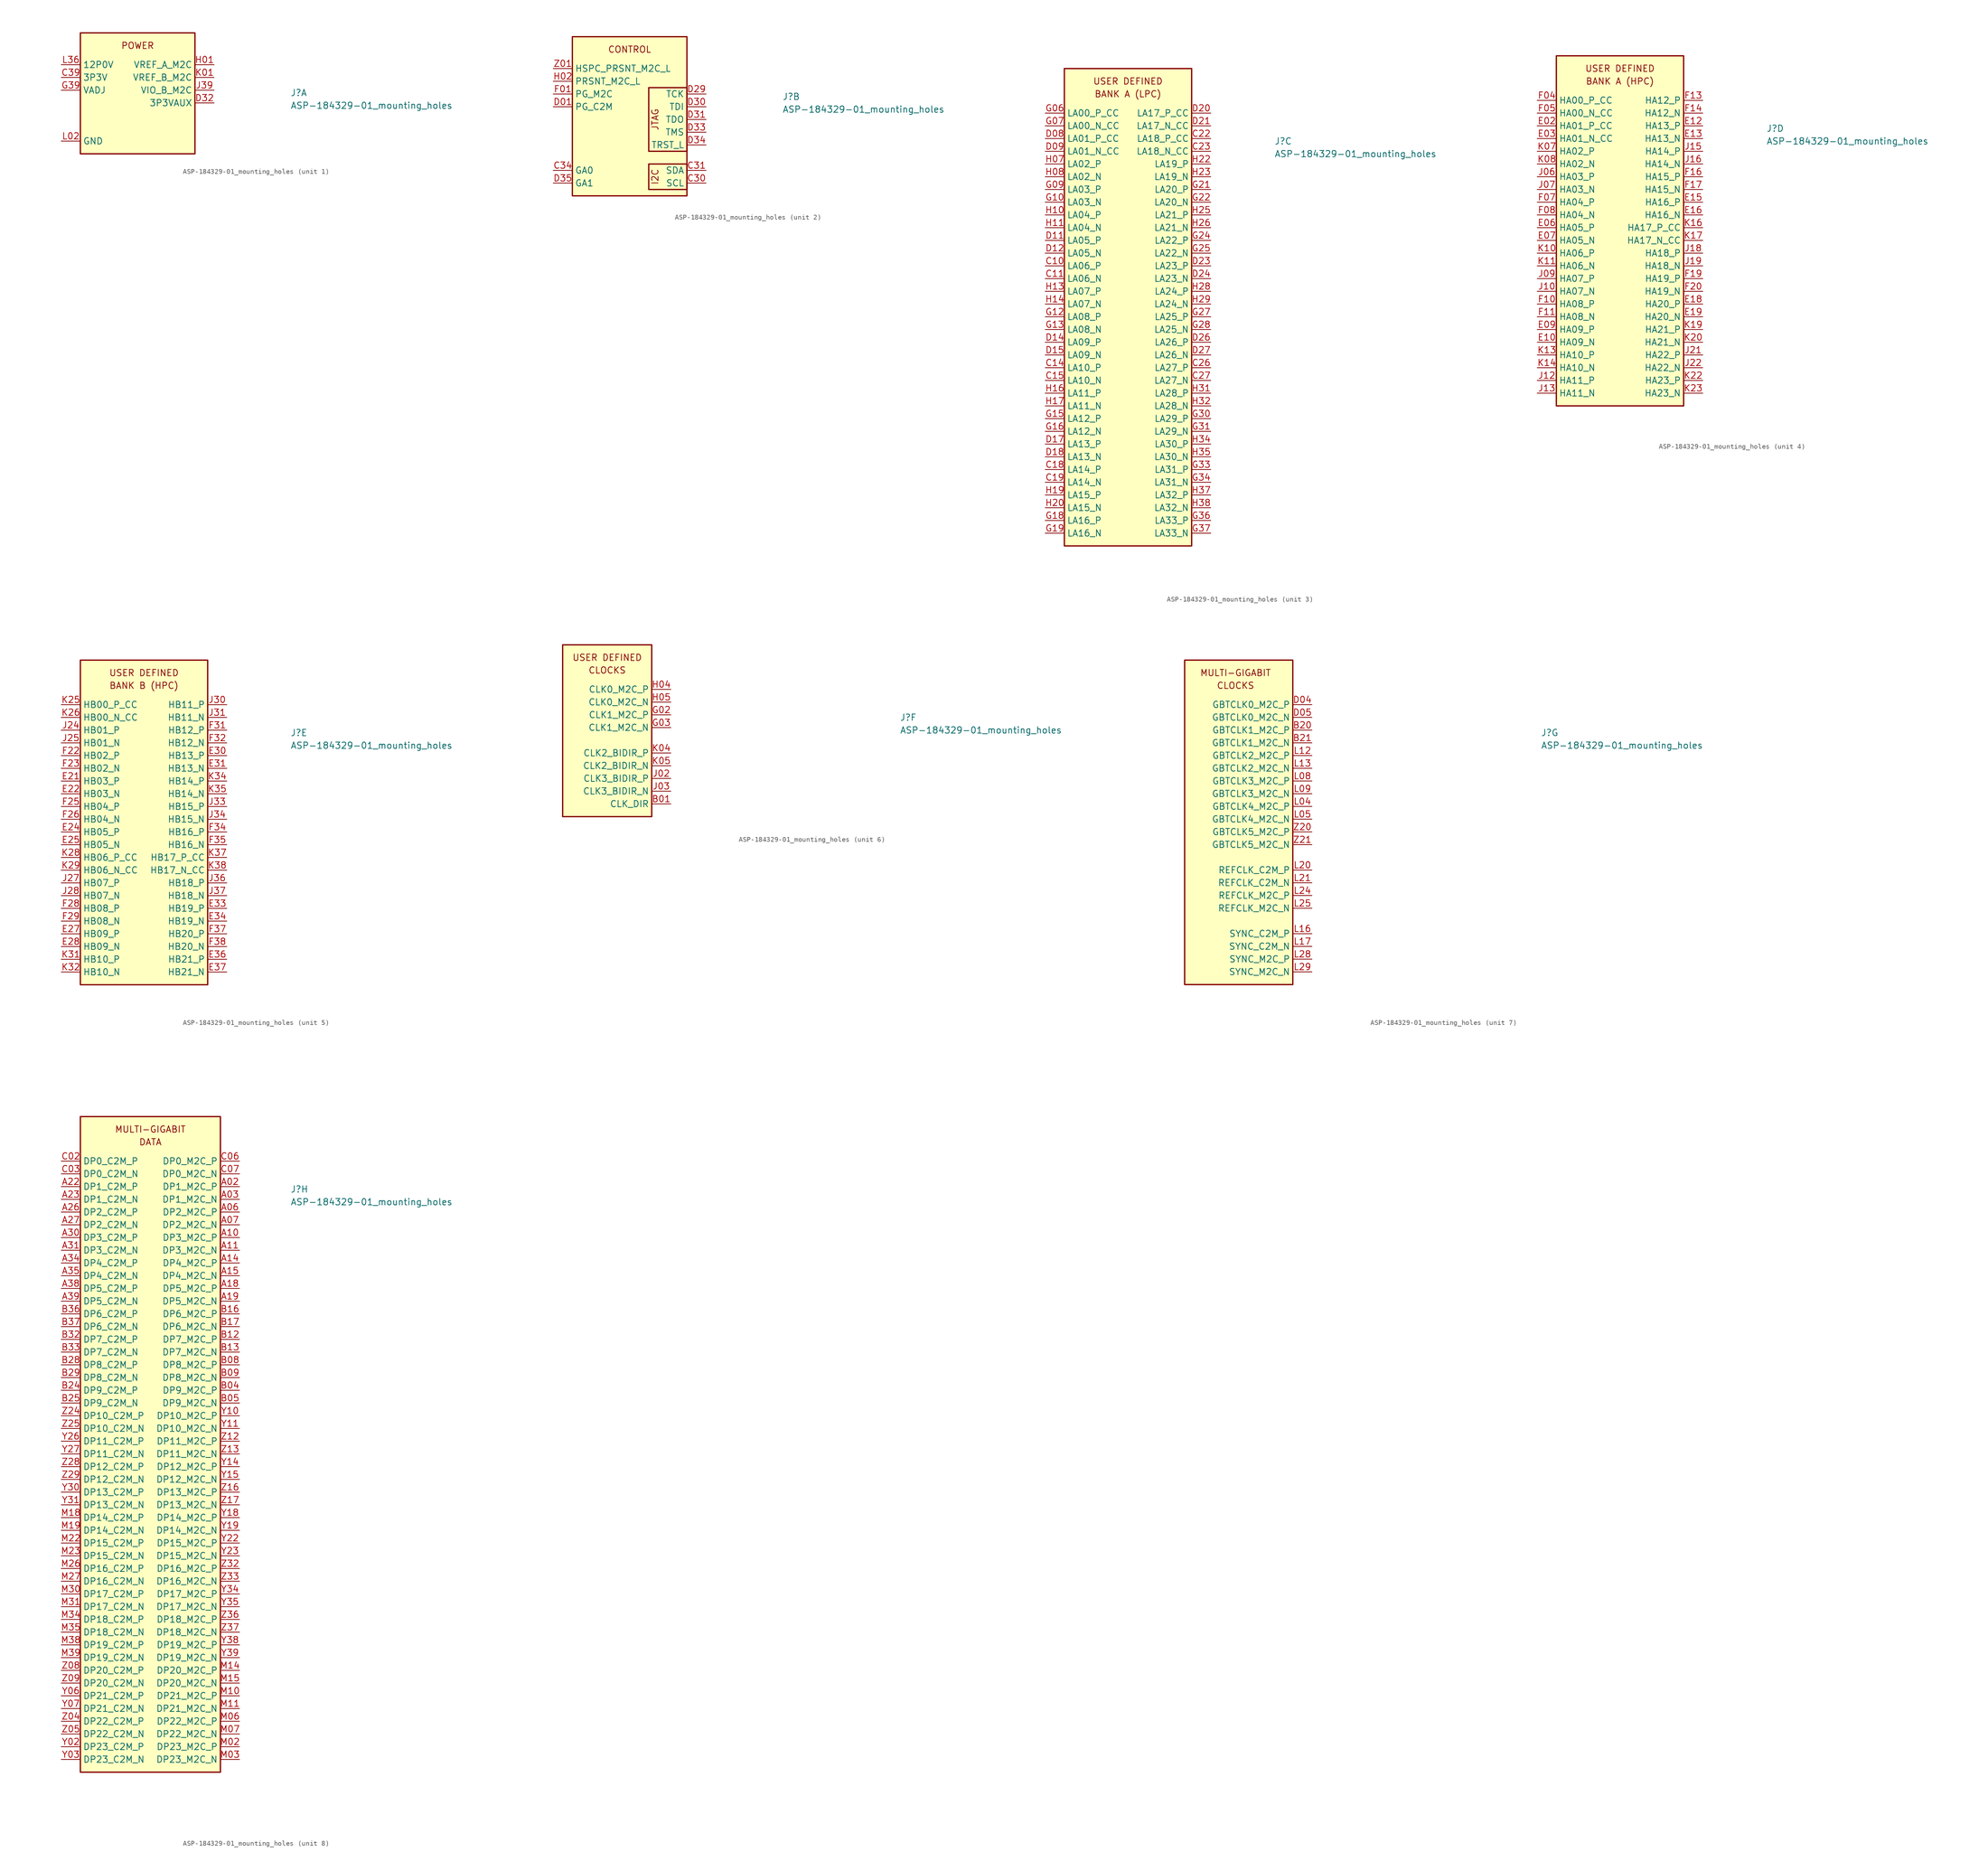
<source format=kicad_sym>
(kicad_symbol_lib
  (version 20211014)
  (generator kicad_symbol_editor)
  (symbol "ASP-184329-01_mounting_holes"
    (property "Reference" "J"
      (at 45.72 -6.35 0)
      (effects (font (size 1.27 1.27) (thickness 0.15)) (justify left bottom)))
    (property "Value" "ASP-184329-01_mounting_holes"
      (at 45.72 -8.89 0)
      (effects (font (size 1.27 1.27) (thickness 0.15)) (justify left bottom)))
    (property "ki_locked" ""
      (at 0 0 0)
      (effects (font (size 1.27 1.27))))
    (symbol "ASP-184329-01_mounting_holes_1_0"
      (text "POWER" (at 15.24 3.81 0) (effects (font (size 1.27 1.27)))))
    (symbol "ASP-184329-01_mounting_holes_1_1"
      (rectangle (start 3.81 6.35) (end 26.67 -17.78) (stroke (width 0.254) (type default) (color 0 0 0 0)) (fill (type background)))
      (pin passive line (at 0 -15.24 0) (length 3.81) hide (name "GND" (effects (font (size 1.27 1.27)))) (number "A01" (effects (font (size 1.27 1.27)))))
      (pin passive line (at 0 -15.24 0) (length 3.81) hide (name "GND" (effects (font (size 1.27 1.27)))) (number "A04" (effects (font (size 1.27 1.27)))))
      (pin passive line (at 0 -15.24 0) (length 3.81) hide (name "GND" (effects (font (size 1.27 1.27)))) (number "A05" (effects (font (size 1.27 1.27)))))
      (pin passive line (at 0 -15.24 0) (length 3.81) hide (name "GND" (effects (font (size 1.27 1.27)))) (number "A08" (effects (font (size 1.27 1.27)))))
      (pin passive line (at 0 -15.24 0) (length 3.81) hide (name "GND" (effects (font (size 1.27 1.27)))) (number "A09" (effects (font (size 1.27 1.27)))))
      (pin passive line (at 0 -15.24 0) (length 3.81) hide (name "GND" (effects (font (size 1.27 1.27)))) (number "A12" (effects (font (size 1.27 1.27)))))
      (pin passive line (at 0 -15.24 0) (length 3.81) hide (name "GND" (effects (font (size 1.27 1.27)))) (number "A13" (effects (font (size 1.27 1.27)))))
      (pin passive line (at 0 -15.24 0) (length 3.81) hide (name "GND" (effects (font (size 1.27 1.27)))) (number "A16" (effects (font (size 1.27 1.27)))))
      (pin passive line (at 0 -15.24 0) (length 3.81) hide (name "GND" (effects (font (size 1.27 1.27)))) (number "A17" (effects (font (size 1.27 1.27)))))
      (pin passive line (at 0 -15.24 0) (length 3.81) hide (name "GND" (effects (font (size 1.27 1.27)))) (number "A20" (effects (font (size 1.27 1.27)))))
      (pin passive line (at 0 -15.24 0) (length 3.81) hide (name "GND" (effects (font (size 1.27 1.27)))) (number "A21" (effects (font (size 1.27 1.27)))))
      (pin passive line (at 0 -15.24 0) (length 3.81) hide (name "GND" (effects (font (size 1.27 1.27)))) (number "A24" (effects (font (size 1.27 1.27)))))
      (pin passive line (at 0 -15.24 0) (length 3.81) hide (name "GND" (effects (font (size 1.27 1.27)))) (number "A25" (effects (font (size 1.27 1.27)))))
      (pin passive line (at 0 -15.24 0) (length 3.81) hide (name "GND" (effects (font (size 1.27 1.27)))) (number "A28" (effects (font (size 1.27 1.27)))))
      (pin passive line (at 0 -15.24 0) (length 3.81) hide (name "GND" (effects (font (size 1.27 1.27)))) (number "A29" (effects (font (size 1.27 1.27)))))
      (pin passive line (at 0 -15.24 0) (length 3.81) hide (name "GND" (effects (font (size 1.27 1.27)))) (number "A32" (effects (font (size 1.27 1.27)))))
      (pin passive line (at 0 -15.24 0) (length 3.81) hide (name "GND" (effects (font (size 1.27 1.27)))) (number "A33" (effects (font (size 1.27 1.27)))))
      (pin passive line (at 0 -15.24 0) (length 3.81) hide (name "GND" (effects (font (size 1.27 1.27)))) (number "A36" (effects (font (size 1.27 1.27)))))
      (pin passive line (at 0 -15.24 0) (length 3.81) hide (name "GND" (effects (font (size 1.27 1.27)))) (number "A37" (effects (font (size 1.27 1.27)))))
      (pin passive line (at 0 -15.24 0) (length 3.81) hide (name "GND" (effects (font (size 1.27 1.27)))) (number "A40" (effects (font (size 1.27 1.27)))))
      (pin passive line (at 0 -15.24 0) (length 3.81) hide (name "GND" (effects (font (size 1.27 1.27)))) (number "B02" (effects (font (size 1.27 1.27)))))
      (pin passive line (at 0 -15.24 0) (length 3.81) hide (name "GND" (effects (font (size 1.27 1.27)))) (number "B03" (effects (font (size 1.27 1.27)))))
      (pin passive line (at 0 -15.24 0) (length 3.81) hide (name "GND" (effects (font (size 1.27 1.27)))) (number "B06" (effects (font (size 1.27 1.27)))))
      (pin passive line (at 0 -15.24 0) (length 3.81) hide (name "GND" (effects (font (size 1.27 1.27)))) (number "B07" (effects (font (size 1.27 1.27)))))
      (pin passive line (at 0 -15.24 0) (length 3.81) hide (name "GND" (effects (font (size 1.27 1.27)))) (number "B10" (effects (font (size 1.27 1.27)))))
      (pin passive line (at 0 -15.24 0) (length 3.81) hide (name "GND" (effects (font (size 1.27 1.27)))) (number "B11" (effects (font (size 1.27 1.27)))))
      (pin passive line (at 0 -15.24 0) (length 3.81) hide (name "GND" (effects (font (size 1.27 1.27)))) (number "B14" (effects (font (size 1.27 1.27)))))
      (pin passive line (at 0 -15.24 0) (length 3.81) hide (name "GND" (effects (font (size 1.27 1.27)))) (number "B15" (effects (font (size 1.27 1.27)))))
      (pin passive line (at 0 -15.24 0) (length 3.81) hide (name "GND" (effects (font (size 1.27 1.27)))) (number "B18" (effects (font (size 1.27 1.27)))))
      (pin passive line (at 0 -15.24 0) (length 3.81) hide (name "GND" (effects (font (size 1.27 1.27)))) (number "B19" (effects (font (size 1.27 1.27)))))
      (pin passive line (at 0 -15.24 0) (length 3.81) hide (name "GND" (effects (font (size 1.27 1.27)))) (number "B22" (effects (font (size 1.27 1.27)))))
      (pin passive line (at 0 -15.24 0) (length 3.81) hide (name "GND" (effects (font (size 1.27 1.27)))) (number "B23" (effects (font (size 1.27 1.27)))))
      (pin passive line (at 0 -15.24 0) (length 3.81) hide (name "GND" (effects (font (size 1.27 1.27)))) (number "B26" (effects (font (size 1.27 1.27)))))
      (pin passive line (at 0 -15.24 0) (length 3.81) hide (name "GND" (effects (font (size 1.27 1.27)))) (number "B27" (effects (font (size 1.27 1.27)))))
      (pin passive line (at 0 -15.24 0) (length 3.81) hide (name "GND" (effects (font (size 1.27 1.27)))) (number "B30" (effects (font (size 1.27 1.27)))))
      (pin passive line (at 0 -15.24 0) (length 3.81) hide (name "GND" (effects (font (size 1.27 1.27)))) (number "B31" (effects (font (size 1.27 1.27)))))
      (pin passive line (at 0 -15.24 0) (length 3.81) hide (name "GND" (effects (font (size 1.27 1.27)))) (number "B34" (effects (font (size 1.27 1.27)))))
      (pin passive line (at 0 -15.24 0) (length 3.81) hide (name "GND" (effects (font (size 1.27 1.27)))) (number "B35" (effects (font (size 1.27 1.27)))))
      (pin passive line (at 0 -15.24 0) (length 3.81) hide (name "GND" (effects (font (size 1.27 1.27)))) (number "B38" (effects (font (size 1.27 1.27)))))
      (pin passive line (at 0 -15.24 0) (length 3.81) hide (name "GND" (effects (font (size 1.27 1.27)))) (number "B39" (effects (font (size 1.27 1.27)))))
      (pin no_connect line (at 17.78 -17.78 90) (length 3.81) hide (name "RES0" (effects (font (size 1.27 1.27)))) (number "B40" (effects (font (size 1.27 1.27)))))
      (pin passive line (at 0 -15.24 0) (length 3.81) hide (name "GND" (effects (font (size 1.27 1.27)))) (number "C01" (effects (font (size 1.27 1.27)))))
      (pin passive line (at 0 -15.24 0) (length 3.81) hide (name "GND" (effects (font (size 1.27 1.27)))) (number "C04" (effects (font (size 1.27 1.27)))))
      (pin passive line (at 0 -15.24 0) (length 3.81) hide (name "GND" (effects (font (size 1.27 1.27)))) (number "C05" (effects (font (size 1.27 1.27)))))
      (pin passive line (at 0 -15.24 0) (length 3.81) hide (name "GND" (effects (font (size 1.27 1.27)))) (number "C08" (effects (font (size 1.27 1.27)))))
      (pin passive line (at 0 -15.24 0) (length 3.81) hide (name "GND" (effects (font (size 1.27 1.27)))) (number "C09" (effects (font (size 1.27 1.27)))))
      (pin passive line (at 0 -15.24 0) (length 3.81) hide (name "GND" (effects (font (size 1.27 1.27)))) (number "C12" (effects (font (size 1.27 1.27)))))
      (pin passive line (at 0 -15.24 0) (length 3.81) hide (name "GND" (effects (font (size 1.27 1.27)))) (number "C13" (effects (font (size 1.27 1.27)))))
      (pin passive line (at 0 -15.24 0) (length 3.81) hide (name "GND" (effects (font (size 1.27 1.27)))) (number "C16" (effects (font (size 1.27 1.27)))))
      (pin passive line (at 0 -15.24 0) (length 3.81) hide (name "GND" (effects (font (size 1.27 1.27)))) (number "C17" (effects (font (size 1.27 1.27)))))
      (pin passive line (at 0 -15.24 0) (length 3.81) hide (name "GND" (effects (font (size 1.27 1.27)))) (number "C20" (effects (font (size 1.27 1.27)))))
      (pin passive line (at 0 -15.24 0) (length 3.81) hide (name "GND" (effects (font (size 1.27 1.27)))) (number "C21" (effects (font (size 1.27 1.27)))))
      (pin passive line (at 0 -15.24 0) (length 3.81) hide (name "GND" (effects (font (size 1.27 1.27)))) (number "C24" (effects (font (size 1.27 1.27)))))
      (pin passive line (at 0 -15.24 0) (length 3.81) hide (name "GND" (effects (font (size 1.27 1.27)))) (number "C25" (effects (font (size 1.27 1.27)))))
      (pin passive line (at 0 -15.24 0) (length 3.81) hide (name "GND" (effects (font (size 1.27 1.27)))) (number "C28" (effects (font (size 1.27 1.27)))))
      (pin passive line (at 0 -15.24 0) (length 3.81) hide (name "GND" (effects (font (size 1.27 1.27)))) (number "C29" (effects (font (size 1.27 1.27)))))
      (pin passive line (at 0 -15.24 0) (length 3.81) hide (name "GND" (effects (font (size 1.27 1.27)))) (number "C32" (effects (font (size 1.27 1.27)))))
      (pin passive line (at 0 -15.24 0) (length 3.81) hide (name "GND" (effects (font (size 1.27 1.27)))) (number "C33" (effects (font (size 1.27 1.27)))))
      (pin passive line (at 0 0 0) (length 3.81) hide (name "12P0V" (effects (font (size 1.27 1.27)))) (number "C35" (effects (font (size 1.27 1.27)))))
      (pin passive line (at 0 -15.24 0) (length 3.81) hide (name "GND" (effects (font (size 1.27 1.27)))) (number "C36" (effects (font (size 1.27 1.27)))))
      (pin passive line (at 0 0 0) (length 3.81) hide (name "12P0V" (effects (font (size 1.27 1.27)))) (number "C37" (effects (font (size 1.27 1.27)))))
      (pin passive line (at 0 -15.24 0) (length 3.81) hide (name "GND" (effects (font (size 1.27 1.27)))) (number "C38" (effects (font (size 1.27 1.27)))))
      (pin passive line (at 0 -2.54 0) (length 3.81) (name "3P3V" (effects (font (size 1.27 1.27)))) (number "C39" (effects (font (size 1.27 1.27)))))
      (pin passive line (at 0 -15.24 0) (length 3.81) hide (name "GND" (effects (font (size 1.27 1.27)))) (number "C40" (effects (font (size 1.27 1.27)))))
      (pin passive line (at 0 -15.24 0) (length 3.81) hide (name "GND" (effects (font (size 1.27 1.27)))) (number "D02" (effects (font (size 1.27 1.27)))))
      (pin passive line (at 0 -15.24 0) (length 3.81) hide (name "GND" (effects (font (size 1.27 1.27)))) (number "D03" (effects (font (size 1.27 1.27)))))
      (pin passive line (at 0 -15.24 0) (length 3.81) hide (name "GND" (effects (font (size 1.27 1.27)))) (number "D06" (effects (font (size 1.27 1.27)))))
      (pin passive line (at 0 -15.24 0) (length 3.81) hide (name "GND" (effects (font (size 1.27 1.27)))) (number "D07" (effects (font (size 1.27 1.27)))))
      (pin passive line (at 0 -15.24 0) (length 3.81) hide (name "GND" (effects (font (size 1.27 1.27)))) (number "D10" (effects (font (size 1.27 1.27)))))
      (pin passive line (at 0 -15.24 0) (length 3.81) hide (name "GND" (effects (font (size 1.27 1.27)))) (number "D13" (effects (font (size 1.27 1.27)))))
      (pin passive line (at 0 -15.24 0) (length 3.81) hide (name "GND" (effects (font (size 1.27 1.27)))) (number "D16" (effects (font (size 1.27 1.27)))))
      (pin passive line (at 0 -15.24 0) (length 3.81) hide (name "GND" (effects (font (size 1.27 1.27)))) (number "D19" (effects (font (size 1.27 1.27)))))
      (pin passive line (at 0 -15.24 0) (length 3.81) hide (name "GND" (effects (font (size 1.27 1.27)))) (number "D22" (effects (font (size 1.27 1.27)))))
      (pin passive line (at 0 -15.24 0) (length 3.81) hide (name "GND" (effects (font (size 1.27 1.27)))) (number "D25" (effects (font (size 1.27 1.27)))))
      (pin passive line (at 0 -15.24 0) (length 3.81) hide (name "GND" (effects (font (size 1.27 1.27)))) (number "D28" (effects (font (size 1.27 1.27)))))
      (pin passive line (at 30.48 -7.62 180) (length 3.81) (name "3P3VAUX" (effects (font (size 1.27 1.27)))) (number "D32" (effects (font (size 1.27 1.27)))))
      (pin passive line (at 0 -2.54 0) (length 3.81) hide (name "3P3V" (effects (font (size 1.27 1.27)))) (number "D36" (effects (font (size 1.27 1.27)))))
      (pin passive line (at 0 -15.24 0) (length 3.81) hide (name "GND" (effects (font (size 1.27 1.27)))) (number "D37" (effects (font (size 1.27 1.27)))))
      (pin passive line (at 0 -2.54 0) (length 3.81) hide (name "3P3V" (effects (font (size 1.27 1.27)))) (number "D38" (effects (font (size 1.27 1.27)))))
      (pin passive line (at 0 -15.24 0) (length 3.81) hide (name "GND" (effects (font (size 1.27 1.27)))) (number "D39" (effects (font (size 1.27 1.27)))))
      (pin passive line (at 0 -2.54 0) (length 3.81) hide (name "3P3V" (effects (font (size 1.27 1.27)))) (number "D40" (effects (font (size 1.27 1.27)))))
      (pin passive line (at 0 -15.24 0) (length 3.81) hide (name "GND" (effects (font (size 1.27 1.27)))) (number "E01" (effects (font (size 1.27 1.27)))))
      (pin passive line (at 0 -15.24 0) (length 3.81) hide (name "GND" (effects (font (size 1.27 1.27)))) (number "E04" (effects (font (size 1.27 1.27)))))
      (pin passive line (at 0 -15.24 0) (length 3.81) hide (name "GND" (effects (font (size 1.27 1.27)))) (number "E05" (effects (font (size 1.27 1.27)))))
      (pin passive line (at 0 -15.24 0) (length 3.81) hide (name "GND" (effects (font (size 1.27 1.27)))) (number "E08" (effects (font (size 1.27 1.27)))))
      (pin passive line (at 0 -15.24 0) (length 3.81) hide (name "GND" (effects (font (size 1.27 1.27)))) (number "E11" (effects (font (size 1.27 1.27)))))
      (pin passive line (at 0 -15.24 0) (length 3.81) hide (name "GND" (effects (font (size 1.27 1.27)))) (number "E14" (effects (font (size 1.27 1.27)))))
      (pin passive line (at 0 -15.24 0) (length 3.81) hide (name "GND" (effects (font (size 1.27 1.27)))) (number "E17" (effects (font (size 1.27 1.27)))))
      (pin passive line (at 0 -15.24 0) (length 3.81) hide (name "GND" (effects (font (size 1.27 1.27)))) (number "E20" (effects (font (size 1.27 1.27)))))
      (pin passive line (at 0 -15.24 0) (length 3.81) hide (name "GND" (effects (font (size 1.27 1.27)))) (number "E23" (effects (font (size 1.27 1.27)))))
      (pin passive line (at 0 -15.24 0) (length 3.81) hide (name "GND" (effects (font (size 1.27 1.27)))) (number "E26" (effects (font (size 1.27 1.27)))))
      (pin passive line (at 0 -15.24 0) (length 3.81) hide (name "GND" (effects (font (size 1.27 1.27)))) (number "E29" (effects (font (size 1.27 1.27)))))
      (pin passive line (at 0 -15.24 0) (length 3.81) hide (name "GND" (effects (font (size 1.27 1.27)))) (number "E32" (effects (font (size 1.27 1.27)))))
      (pin passive line (at 0 -15.24 0) (length 3.81) hide (name "GND" (effects (font (size 1.27 1.27)))) (number "E35" (effects (font (size 1.27 1.27)))))
      (pin passive line (at 0 -15.24 0) (length 3.81) hide (name "GND" (effects (font (size 1.27 1.27)))) (number "E38" (effects (font (size 1.27 1.27)))))
      (pin passive line (at 0 -5.08 0) (length 3.81) hide (name "VADJ" (effects (font (size 1.27 1.27)))) (number "E39" (effects (font (size 1.27 1.27)))))
      (pin passive line (at 0 -15.24 0) (length 3.81) hide (name "GND" (effects (font (size 1.27 1.27)))) (number "E40" (effects (font (size 1.27 1.27)))))
      (pin passive line (at 0 -15.24 0) (length 3.81) hide (name "GND" (effects (font (size 1.27 1.27)))) (number "F02" (effects (font (size 1.27 1.27)))))
      (pin passive line (at 0 -15.24 0) (length 3.81) hide (name "GND" (effects (font (size 1.27 1.27)))) (number "F03" (effects (font (size 1.27 1.27)))))
      (pin passive line (at 0 -15.24 0) (length 3.81) hide (name "GND" (effects (font (size 1.27 1.27)))) (number "F06" (effects (font (size 1.27 1.27)))))
      (pin passive line (at 0 -15.24 0) (length 3.81) hide (name "GND" (effects (font (size 1.27 1.27)))) (number "F09" (effects (font (size 1.27 1.27)))))
      (pin passive line (at 0 -15.24 0) (length 3.81) hide (name "GND" (effects (font (size 1.27 1.27)))) (number "F12" (effects (font (size 1.27 1.27)))))
      (pin passive line (at 0 -15.24 0) (length 3.81) hide (name "GND" (effects (font (size 1.27 1.27)))) (number "F15" (effects (font (size 1.27 1.27)))))
      (pin passive line (at 0 -15.24 0) (length 3.81) hide (name "GND" (effects (font (size 1.27 1.27)))) (number "F18" (effects (font (size 1.27 1.27)))))
      (pin passive line (at 0 -15.24 0) (length 3.81) hide (name "GND" (effects (font (size 1.27 1.27)))) (number "F21" (effects (font (size 1.27 1.27)))))
      (pin passive line (at 0 -15.24 0) (length 3.81) hide (name "GND" (effects (font (size 1.27 1.27)))) (number "F24" (effects (font (size 1.27 1.27)))))
      (pin passive line (at 0 -15.24 0) (length 3.81) hide (name "GND" (effects (font (size 1.27 1.27)))) (number "F27" (effects (font (size 1.27 1.27)))))
      (pin passive line (at 0 -15.24 0) (length 3.81) hide (name "GND" (effects (font (size 1.27 1.27)))) (number "F30" (effects (font (size 1.27 1.27)))))
      (pin passive line (at 0 -15.24 0) (length 3.81) hide (name "GND" (effects (font (size 1.27 1.27)))) (number "F33" (effects (font (size 1.27 1.27)))))
      (pin passive line (at 0 -15.24 0) (length 3.81) hide (name "GND" (effects (font (size 1.27 1.27)))) (number "F36" (effects (font (size 1.27 1.27)))))
      (pin passive line (at 0 -15.24 0) (length 3.81) hide (name "GND" (effects (font (size 1.27 1.27)))) (number "F39" (effects (font (size 1.27 1.27)))))
      (pin passive line (at 0 -5.08 0) (length 3.81) hide (name "VADJ" (effects (font (size 1.27 1.27)))) (number "F40" (effects (font (size 1.27 1.27)))))
      (pin passive line (at 0 -15.24 0) (length 3.81) hide (name "GND" (effects (font (size 1.27 1.27)))) (number "G01" (effects (font (size 1.27 1.27)))))
      (pin passive line (at 0 -15.24 0) (length 3.81) hide (name "GND" (effects (font (size 1.27 1.27)))) (number "G04" (effects (font (size 1.27 1.27)))))
      (pin passive line (at 0 -15.24 0) (length 3.81) hide (name "GND" (effects (font (size 1.27 1.27)))) (number "G05" (effects (font (size 1.27 1.27)))))
      (pin passive line (at 0 -15.24 0) (length 3.81) hide (name "GND" (effects (font (size 1.27 1.27)))) (number "G08" (effects (font (size 1.27 1.27)))))
      (pin passive line (at 0 -15.24 0) (length 3.81) hide (name "GND" (effects (font (size 1.27 1.27)))) (number "G11" (effects (font (size 1.27 1.27)))))
      (pin passive line (at 0 -15.24 0) (length 3.81) hide (name "GND" (effects (font (size 1.27 1.27)))) (number "G14" (effects (font (size 1.27 1.27)))))
      (pin passive line (at 0 -15.24 0) (length 3.81) hide (name "GND" (effects (font (size 1.27 1.27)))) (number "G17" (effects (font (size 1.27 1.27)))))
      (pin passive line (at 0 -15.24 0) (length 3.81) hide (name "GND" (effects (font (size 1.27 1.27)))) (number "G20" (effects (font (size 1.27 1.27)))))
      (pin passive line (at 0 -15.24 0) (length 3.81) hide (name "GND" (effects (font (size 1.27 1.27)))) (number "G23" (effects (font (size 1.27 1.27)))))
      (pin passive line (at 0 -15.24 0) (length 3.81) hide (name "GND" (effects (font (size 1.27 1.27)))) (number "G26" (effects (font (size 1.27 1.27)))))
      (pin passive line (at 0 -15.24 0) (length 3.81) hide (name "GND" (effects (font (size 1.27 1.27)))) (number "G29" (effects (font (size 1.27 1.27)))))
      (pin passive line (at 0 -15.24 0) (length 3.81) hide (name "GND" (effects (font (size 1.27 1.27)))) (number "G32" (effects (font (size 1.27 1.27)))))
      (pin passive line (at 0 -15.24 0) (length 3.81) hide (name "GND" (effects (font (size 1.27 1.27)))) (number "G35" (effects (font (size 1.27 1.27)))))
      (pin passive line (at 0 -15.24 0) (length 3.81) hide (name "GND" (effects (font (size 1.27 1.27)))) (number "G38" (effects (font (size 1.27 1.27)))))
      (pin passive line (at 0 -5.08 0) (length 3.81) (name "VADJ" (effects (font (size 1.27 1.27)))) (number "G39" (effects (font (size 1.27 1.27)))))
      (pin passive line (at 0 -15.24 0) (length 3.81) hide (name "GND" (effects (font (size 1.27 1.27)))) (number "G40" (effects (font (size 1.27 1.27)))))
      (pin passive line (at 30.48 0 180) (length 3.81) (name "VREF_A_M2C" (effects (font (size 1.27 1.27)))) (number "H01" (effects (font (size 1.27 1.27)))))
      (pin passive line (at 0 -15.24 0) (length 3.81) hide (name "GND" (effects (font (size 1.27 1.27)))) (number "H03" (effects (font (size 1.27 1.27)))))
      (pin passive line (at 0 -15.24 0) (length 3.81) hide (name "GND" (effects (font (size 1.27 1.27)))) (number "H06" (effects (font (size 1.27 1.27)))))
      (pin passive line (at 0 -15.24 0) (length 3.81) hide (name "GND" (effects (font (size 1.27 1.27)))) (number "H09" (effects (font (size 1.27 1.27)))))
      (pin passive line (at 0 -15.24 0) (length 3.81) hide (name "GND" (effects (font (size 1.27 1.27)))) (number "H12" (effects (font (size 1.27 1.27)))))
      (pin passive line (at 0 -15.24 0) (length 3.81) hide (name "GND" (effects (font (size 1.27 1.27)))) (number "H15" (effects (font (size 1.27 1.27)))))
      (pin passive line (at 0 -15.24 0) (length 3.81) hide (name "GND" (effects (font (size 1.27 1.27)))) (number "H18" (effects (font (size 1.27 1.27)))))
      (pin passive line (at 0 -15.24 0) (length 3.81) hide (name "GND" (effects (font (size 1.27 1.27)))) (number "H21" (effects (font (size 1.27 1.27)))))
      (pin passive line (at 0 -15.24 0) (length 3.81) hide (name "GND" (effects (font (size 1.27 1.27)))) (number "H24" (effects (font (size 1.27 1.27)))))
      (pin passive line (at 0 -15.24 0) (length 3.81) hide (name "GND" (effects (font (size 1.27 1.27)))) (number "H27" (effects (font (size 1.27 1.27)))))
      (pin passive line (at 0 -15.24 0) (length 3.81) hide (name "GND" (effects (font (size 1.27 1.27)))) (number "H30" (effects (font (size 1.27 1.27)))))
      (pin passive line (at 0 -15.24 0) (length 3.81) hide (name "GND" (effects (font (size 1.27 1.27)))) (number "H33" (effects (font (size 1.27 1.27)))))
      (pin passive line (at 0 -15.24 0) (length 3.81) hide (name "GND" (effects (font (size 1.27 1.27)))) (number "H36" (effects (font (size 1.27 1.27)))))
      (pin passive line (at 0 -15.24 0) (length 3.81) hide (name "GND" (effects (font (size 1.27 1.27)))) (number "H39" (effects (font (size 1.27 1.27)))))
      (pin passive line (at 0 -5.08 0) (length 3.81) hide (name "VADJ" (effects (font (size 1.27 1.27)))) (number "H40" (effects (font (size 1.27 1.27)))))
      (pin passive line (at 0 -15.24 0) (length 3.81) hide (name "GND" (effects (font (size 1.27 1.27)))) (number "J01" (effects (font (size 1.27 1.27)))))
      (pin passive line (at 0 -15.24 0) (length 3.81) hide (name "GND" (effects (font (size 1.27 1.27)))) (number "J04" (effects (font (size 1.27 1.27)))))
      (pin passive line (at 0 -15.24 0) (length 3.81) hide (name "GND" (effects (font (size 1.27 1.27)))) (number "J05" (effects (font (size 1.27 1.27)))))
      (pin passive line (at 0 -15.24 0) (length 3.81) hide (name "GND" (effects (font (size 1.27 1.27)))) (number "J08" (effects (font (size 1.27 1.27)))))
      (pin passive line (at 0 -15.24 0) (length 3.81) hide (name "GND" (effects (font (size 1.27 1.27)))) (number "J11" (effects (font (size 1.27 1.27)))))
      (pin passive line (at 0 -15.24 0) (length 3.81) hide (name "GND" (effects (font (size 1.27 1.27)))) (number "J14" (effects (font (size 1.27 1.27)))))
      (pin passive line (at 0 -15.24 0) (length 3.81) hide (name "GND" (effects (font (size 1.27 1.27)))) (number "J17" (effects (font (size 1.27 1.27)))))
      (pin passive line (at 0 -15.24 0) (length 3.81) hide (name "GND" (effects (font (size 1.27 1.27)))) (number "J20" (effects (font (size 1.27 1.27)))))
      (pin passive line (at 0 -15.24 0) (length 3.81) hide (name "GND" (effects (font (size 1.27 1.27)))) (number "J23" (effects (font (size 1.27 1.27)))))
      (pin passive line (at 0 -15.24 0) (length 3.81) hide (name "GND" (effects (font (size 1.27 1.27)))) (number "J26" (effects (font (size 1.27 1.27)))))
      (pin passive line (at 0 -15.24 0) (length 3.81) hide (name "GND" (effects (font (size 1.27 1.27)))) (number "J29" (effects (font (size 1.27 1.27)))))
      (pin passive line (at 0 -15.24 0) (length 3.81) hide (name "GND" (effects (font (size 1.27 1.27)))) (number "J32" (effects (font (size 1.27 1.27)))))
      (pin passive line (at 0 -15.24 0) (length 3.81) hide (name "GND" (effects (font (size 1.27 1.27)))) (number "J35" (effects (font (size 1.27 1.27)))))
      (pin passive line (at 0 -15.24 0) (length 3.81) hide (name "GND" (effects (font (size 1.27 1.27)))) (number "J38" (effects (font (size 1.27 1.27)))))
      (pin passive line (at 30.48 -5.08 180) (length 3.81) (name "VIO_B_M2C" (effects (font (size 1.27 1.27)))) (number "J39" (effects (font (size 1.27 1.27)))))
      (pin passive line (at 0 -15.24 0) (length 3.81) hide (name "GND" (effects (font (size 1.27 1.27)))) (number "J40" (effects (font (size 1.27 1.27)))))
      (pin passive line (at 30.48 -2.54 180) (length 3.81) (name "VREF_B_M2C" (effects (font (size 1.27 1.27)))) (number "K01" (effects (font (size 1.27 1.27)))))
      (pin passive line (at 0 -15.24 0) (length 3.81) hide (name "GND" (effects (font (size 1.27 1.27)))) (number "K02" (effects (font (size 1.27 1.27)))))
      (pin passive line (at 0 -15.24 0) (length 3.81) hide (name "GND" (effects (font (size 1.27 1.27)))) (number "K03" (effects (font (size 1.27 1.27)))))
      (pin passive line (at 0 -15.24 0) (length 3.81) hide (name "GND" (effects (font (size 1.27 1.27)))) (number "K06" (effects (font (size 1.27 1.27)))))
      (pin passive line (at 0 -15.24 0) (length 3.81) hide (name "GND" (effects (font (size 1.27 1.27)))) (number "K09" (effects (font (size 1.27 1.27)))))
      (pin passive line (at 0 -15.24 0) (length 3.81) hide (name "GND" (effects (font (size 1.27 1.27)))) (number "K12" (effects (font (size 1.27 1.27)))))
      (pin passive line (at 0 -15.24 0) (length 3.81) hide (name "GND" (effects (font (size 1.27 1.27)))) (number "K15" (effects (font (size 1.27 1.27)))))
      (pin passive line (at 0 -15.24 0) (length 3.81) hide (name "GND" (effects (font (size 1.27 1.27)))) (number "K18" (effects (font (size 1.27 1.27)))))
      (pin passive line (at 0 -15.24 0) (length 3.81) hide (name "GND" (effects (font (size 1.27 1.27)))) (number "K21" (effects (font (size 1.27 1.27)))))
      (pin passive line (at 0 -15.24 0) (length 3.81) hide (name "GND" (effects (font (size 1.27 1.27)))) (number "K24" (effects (font (size 1.27 1.27)))))
      (pin passive line (at 0 -15.24 0) (length 3.81) hide (name "GND" (effects (font (size 1.27 1.27)))) (number "K27" (effects (font (size 1.27 1.27)))))
      (pin passive line (at 0 -15.24 0) (length 3.81) hide (name "GND" (effects (font (size 1.27 1.27)))) (number "K30" (effects (font (size 1.27 1.27)))))
      (pin passive line (at 0 -15.24 0) (length 3.81) hide (name "GND" (effects (font (size 1.27 1.27)))) (number "K33" (effects (font (size 1.27 1.27)))))
      (pin passive line (at 0 -15.24 0) (length 3.81) hide (name "GND" (effects (font (size 1.27 1.27)))) (number "K36" (effects (font (size 1.27 1.27)))))
      (pin passive line (at 0 -15.24 0) (length 3.81) hide (name "GND" (effects (font (size 1.27 1.27)))) (number "K39" (effects (font (size 1.27 1.27)))))
      (pin passive line (at 30.48 -5.08 180) (length 3.81) hide (name "VIO_B_M2C" (effects (font (size 1.27 1.27)))) (number "K40" (effects (font (size 1.27 1.27)))))
      (pin no_connect line (at 20.32 -17.78 90) (length 3.81) hide (name "RES1" (effects (font (size 1.27 1.27)))) (number "L01" (effects (font (size 1.27 1.27)))))
      (pin passive line (at 0 -15.24 0) (length 3.81) (name "GND" (effects (font (size 1.27 1.27)))) (number "L02" (effects (font (size 1.27 1.27)))))
      (pin passive line (at 0 -15.24 0) (length 3.81) hide (name "GND" (effects (font (size 1.27 1.27)))) (number "L03" (effects (font (size 1.27 1.27)))))
      (pin passive line (at 0 -15.24 0) (length 3.81) hide (name "GND" (effects (font (size 1.27 1.27)))) (number "L06" (effects (font (size 1.27 1.27)))))
      (pin passive line (at 0 -15.24 0) (length 3.81) hide (name "GND" (effects (font (size 1.27 1.27)))) (number "L07" (effects (font (size 1.27 1.27)))))
      (pin passive line (at 0 -15.24 0) (length 3.81) hide (name "GND" (effects (font (size 1.27 1.27)))) (number "L10" (effects (font (size 1.27 1.27)))))
      (pin passive line (at 0 -15.24 0) (length 3.81) hide (name "GND" (effects (font (size 1.27 1.27)))) (number "L11" (effects (font (size 1.27 1.27)))))
      (pin passive line (at 0 -15.24 0) (length 3.81) hide (name "GND" (effects (font (size 1.27 1.27)))) (number "L14" (effects (font (size 1.27 1.27)))))
      (pin passive line (at 0 -15.24 0) (length 3.81) hide (name "GND" (effects (font (size 1.27 1.27)))) (number "L15" (effects (font (size 1.27 1.27)))))
      (pin passive line (at 0 -15.24 0) (length 3.81) hide (name "GND" (effects (font (size 1.27 1.27)))) (number "L18" (effects (font (size 1.27 1.27)))))
      (pin passive line (at 0 -15.24 0) (length 3.81) hide (name "GND" (effects (font (size 1.27 1.27)))) (number "L19" (effects (font (size 1.27 1.27)))))
      (pin passive line (at 0 -15.24 0) (length 3.81) hide (name "GND" (effects (font (size 1.27 1.27)))) (number "L22" (effects (font (size 1.27 1.27)))))
      (pin passive line (at 0 -15.24 0) (length 3.81) hide (name "GND" (effects (font (size 1.27 1.27)))) (number "L23" (effects (font (size 1.27 1.27)))))
      (pin passive line (at 0 -15.24 0) (length 3.81) hide (name "GND" (effects (font (size 1.27 1.27)))) (number "L26" (effects (font (size 1.27 1.27)))))
      (pin passive line (at 0 -15.24 0) (length 3.81) hide (name "GND" (effects (font (size 1.27 1.27)))) (number "L27" (effects (font (size 1.27 1.27)))))
      (pin passive line (at 0 -15.24 0) (length 3.81) hide (name "GND" (effects (font (size 1.27 1.27)))) (number "L30" (effects (font (size 1.27 1.27)))))
      (pin passive line (at 0 -15.24 0) (length 3.81) hide (name "GND" (effects (font (size 1.27 1.27)))) (number "L31" (effects (font (size 1.27 1.27)))))
      (pin no_connect line (at 22.86 -17.78 90) (length 3.81) hide (name "RES2" (effects (font (size 1.27 1.27)))) (number "L32" (effects (font (size 1.27 1.27)))))
      (pin no_connect line (at 25.4 -17.78 90) (length 3.81) hide (name "RES3" (effects (font (size 1.27 1.27)))) (number "L33" (effects (font (size 1.27 1.27)))))
      (pin passive line (at 0 -15.24 0) (length 3.81) hide (name "GND" (effects (font (size 1.27 1.27)))) (number "L34" (effects (font (size 1.27 1.27)))))
      (pin passive line (at 0 -15.24 0) (length 3.81) hide (name "GND" (effects (font (size 1.27 1.27)))) (number "L35" (effects (font (size 1.27 1.27)))))
      (pin passive line (at 0 0 0) (length 3.81) (name "12P0V" (effects (font (size 1.27 1.27)))) (number "L36" (effects (font (size 1.27 1.27)))))
      (pin passive line (at 0 0 0) (length 3.81) hide (name "12P0V" (effects (font (size 1.27 1.27)))) (number "L37" (effects (font (size 1.27 1.27)))))
      (pin passive line (at 0 -15.24 0) (length 3.81) hide (name "GND" (effects (font (size 1.27 1.27)))) (number "L38" (effects (font (size 1.27 1.27)))))
      (pin passive line (at 0 -15.24 0) (length 3.81) hide (name "GND" (effects (font (size 1.27 1.27)))) (number "L39" (effects (font (size 1.27 1.27)))))
      (pin passive line (at 0 0 0) (length 3.81) hide (name "12P0V" (effects (font (size 1.27 1.27)))) (number "L40" (effects (font (size 1.27 1.27)))))
      (pin passive line (at 0 -15.24 0) (length 3.81) hide (name "GND" (effects (font (size 1.27 1.27)))) (number "M01" (effects (font (size 1.27 1.27)))))
      (pin passive line (at 0 -15.24 0) (length 3.81) hide (name "GND" (effects (font (size 1.27 1.27)))) (number "M04" (effects (font (size 1.27 1.27)))))
      (pin passive line (at 0 -15.24 0) (length 3.81) hide (name "GND" (effects (font (size 1.27 1.27)))) (number "M05" (effects (font (size 1.27 1.27)))))
      (pin passive line (at 0 -15.24 0) (length 3.81) hide (name "GND" (effects (font (size 1.27 1.27)))) (number "M08" (effects (font (size 1.27 1.27)))))
      (pin passive line (at 0 -15.24 0) (length 3.81) hide (name "GND" (effects (font (size 1.27 1.27)))) (number "M09" (effects (font (size 1.27 1.27)))))
      (pin passive line (at 0 -15.24 0) (length 3.81) hide (name "GND" (effects (font (size 1.27 1.27)))) (number "M12" (effects (font (size 1.27 1.27)))))
      (pin passive line (at 0 -15.24 0) (length 3.81) hide (name "GND" (effects (font (size 1.27 1.27)))) (number "M13" (effects (font (size 1.27 1.27)))))
      (pin passive line (at 0 -15.24 0) (length 3.81) hide (name "GND" (effects (font (size 1.27 1.27)))) (number "M16" (effects (font (size 1.27 1.27)))))
      (pin passive line (at 0 -15.24 0) (length 3.81) hide (name "GND" (effects (font (size 1.27 1.27)))) (number "M17" (effects (font (size 1.27 1.27)))))
      (pin passive line (at 0 -15.24 0) (length 3.81) hide (name "GND" (effects (font (size 1.27 1.27)))) (number "M20" (effects (font (size 1.27 1.27)))))
      (pin passive line (at 0 -15.24 0) (length 3.81) hide (name "GND" (effects (font (size 1.27 1.27)))) (number "M21" (effects (font (size 1.27 1.27)))))
      (pin passive line (at 0 -15.24 0) (length 3.81) hide (name "GND" (effects (font (size 1.27 1.27)))) (number "M24" (effects (font (size 1.27 1.27)))))
      (pin passive line (at 0 -15.24 0) (length 3.81) hide (name "GND" (effects (font (size 1.27 1.27)))) (number "M25" (effects (font (size 1.27 1.27)))))
      (pin passive line (at 0 -15.24 0) (length 3.81) hide (name "GND" (effects (font (size 1.27 1.27)))) (number "M28" (effects (font (size 1.27 1.27)))))
      (pin passive line (at 0 -15.24 0) (length 3.81) hide (name "GND" (effects (font (size 1.27 1.27)))) (number "M29" (effects (font (size 1.27 1.27)))))
      (pin passive line (at 0 -15.24 0) (length 3.81) hide (name "GND" (effects (font (size 1.27 1.27)))) (number "M32" (effects (font (size 1.27 1.27)))))
      (pin passive line (at 0 -15.24 0) (length 3.81) hide (name "GND" (effects (font (size 1.27 1.27)))) (number "M33" (effects (font (size 1.27 1.27)))))
      (pin passive line (at 0 -15.24 0) (length 3.81) hide (name "GND" (effects (font (size 1.27 1.27)))) (number "M36" (effects (font (size 1.27 1.27)))))
      (pin passive line (at 0 -15.24 0) (length 3.81) hide (name "GND" (effects (font (size 1.27 1.27)))) (number "M37" (effects (font (size 1.27 1.27)))))
      (pin passive line (at 0 -15.24 0) (length 3.81) hide (name "GND" (effects (font (size 1.27 1.27)))) (number "M40" (effects (font (size 1.27 1.27)))))
      (pin passive line (at 0 -15.24 0) (length 3.81) hide (name "GND" (effects (font (size 1.27 1.27)))) (number "Y01" (effects (font (size 1.27 1.27)))))
      (pin passive line (at 0 -15.24 0) (length 3.81) hide (name "GND" (effects (font (size 1.27 1.27)))) (number "Y04" (effects (font (size 1.27 1.27)))))
      (pin passive line (at 0 -15.24 0) (length 3.81) hide (name "GND" (effects (font (size 1.27 1.27)))) (number "Y05" (effects (font (size 1.27 1.27)))))
      (pin passive line (at 0 -15.24 0) (length 3.81) hide (name "GND" (effects (font (size 1.27 1.27)))) (number "Y08" (effects (font (size 1.27 1.27)))))
      (pin passive line (at 0 -15.24 0) (length 3.81) hide (name "GND" (effects (font (size 1.27 1.27)))) (number "Y09" (effects (font (size 1.27 1.27)))))
      (pin passive line (at 0 -15.24 0) (length 3.81) hide (name "GND" (effects (font (size 1.27 1.27)))) (number "Y12" (effects (font (size 1.27 1.27)))))
      (pin passive line (at 0 -15.24 0) (length 3.81) hide (name "GND" (effects (font (size 1.27 1.27)))) (number "Y13" (effects (font (size 1.27 1.27)))))
      (pin passive line (at 0 -15.24 0) (length 3.81) hide (name "GND" (effects (font (size 1.27 1.27)))) (number "Y16" (effects (font (size 1.27 1.27)))))
      (pin passive line (at 0 -15.24 0) (length 3.81) hide (name "GND" (effects (font (size 1.27 1.27)))) (number "Y17" (effects (font (size 1.27 1.27)))))
      (pin passive line (at 0 -15.24 0) (length 3.81) hide (name "GND" (effects (font (size 1.27 1.27)))) (number "Y20" (effects (font (size 1.27 1.27)))))
      (pin passive line (at 0 -15.24 0) (length 3.81) hide (name "GND" (effects (font (size 1.27 1.27)))) (number "Y21" (effects (font (size 1.27 1.27)))))
      (pin passive line (at 0 -15.24 0) (length 3.81) hide (name "GND" (effects (font (size 1.27 1.27)))) (number "Y24" (effects (font (size 1.27 1.27)))))
      (pin passive line (at 0 -15.24 0) (length 3.81) hide (name "GND" (effects (font (size 1.27 1.27)))) (number "Y25" (effects (font (size 1.27 1.27)))))
      (pin passive line (at 0 -15.24 0) (length 3.81) hide (name "GND" (effects (font (size 1.27 1.27)))) (number "Y28" (effects (font (size 1.27 1.27)))))
      (pin passive line (at 0 -15.24 0) (length 3.81) hide (name "GND" (effects (font (size 1.27 1.27)))) (number "Y29" (effects (font (size 1.27 1.27)))))
      (pin passive line (at 0 -15.24 0) (length 3.81) hide (name "GND" (effects (font (size 1.27 1.27)))) (number "Y32" (effects (font (size 1.27 1.27)))))
      (pin passive line (at 0 -15.24 0) (length 3.81) hide (name "GND" (effects (font (size 1.27 1.27)))) (number "Y33" (effects (font (size 1.27 1.27)))))
      (pin passive line (at 0 -15.24 0) (length 3.81) hide (name "GND" (effects (font (size 1.27 1.27)))) (number "Y36" (effects (font (size 1.27 1.27)))))
      (pin passive line (at 0 -15.24 0) (length 3.81) hide (name "GND" (effects (font (size 1.27 1.27)))) (number "Y37" (effects (font (size 1.27 1.27)))))
      (pin passive line (at 0 -15.24 0) (length 3.81) hide (name "GND" (effects (font (size 1.27 1.27)))) (number "Y40" (effects (font (size 1.27 1.27)))))
      (pin passive line (at 0 -15.24 0) (length 3.81) hide (name "GND" (effects (font (size 1.27 1.27)))) (number "Z02" (effects (font (size 1.27 1.27)))))
      (pin passive line (at 0 -15.24 0) (length 3.81) hide (name "GND" (effects (font (size 1.27 1.27)))) (number "Z03" (effects (font (size 1.27 1.27)))))
      (pin passive line (at 0 -15.24 0) (length 3.81) hide (name "GND" (effects (font (size 1.27 1.27)))) (number "Z06" (effects (font (size 1.27 1.27)))))
      (pin passive line (at 0 -15.24 0) (length 3.81) hide (name "GND" (effects (font (size 1.27 1.27)))) (number "Z07" (effects (font (size 1.27 1.27)))))
      (pin passive line (at 0 -15.24 0) (length 3.81) hide (name "GND" (effects (font (size 1.27 1.27)))) (number "Z10" (effects (font (size 1.27 1.27)))))
      (pin passive line (at 0 -15.24 0) (length 3.81) hide (name "GND" (effects (font (size 1.27 1.27)))) (number "Z11" (effects (font (size 1.27 1.27)))))
      (pin passive line (at 0 -15.24 0) (length 3.81) hide (name "GND" (effects (font (size 1.27 1.27)))) (number "Z14" (effects (font (size 1.27 1.27)))))
      (pin passive line (at 0 -15.24 0) (length 3.81) hide (name "GND" (effects (font (size 1.27 1.27)))) (number "Z15" (effects (font (size 1.27 1.27)))))
      (pin passive line (at 0 -15.24 0) (length 3.81) hide (name "GND" (effects (font (size 1.27 1.27)))) (number "Z18" (effects (font (size 1.27 1.27)))))
      (pin passive line (at 0 -15.24 0) (length 3.81) hide (name "GND" (effects (font (size 1.27 1.27)))) (number "Z19" (effects (font (size 1.27 1.27)))))
      (pin passive line (at 0 -15.24 0) (length 3.81) hide (name "GND" (effects (font (size 1.27 1.27)))) (number "Z22" (effects (font (size 1.27 1.27)))))
      (pin passive line (at 0 -15.24 0) (length 3.81) hide (name "GND" (effects (font (size 1.27 1.27)))) (number "Z23" (effects (font (size 1.27 1.27)))))
      (pin passive line (at 0 -15.24 0) (length 3.81) hide (name "GND" (effects (font (size 1.27 1.27)))) (number "Z26" (effects (font (size 1.27 1.27)))))
      (pin passive line (at 0 -15.24 0) (length 3.81) hide (name "GND" (effects (font (size 1.27 1.27)))) (number "Z27" (effects (font (size 1.27 1.27)))))
      (pin passive line (at 0 -15.24 0) (length 3.81) hide (name "GND" (effects (font (size 1.27 1.27)))) (number "Z30" (effects (font (size 1.27 1.27)))))
      (pin passive line (at 0 -15.24 0) (length 3.81) hide (name "GND" (effects (font (size 1.27 1.27)))) (number "Z31" (effects (font (size 1.27 1.27)))))
      (pin passive line (at 0 -15.24 0) (length 3.81) hide (name "GND" (effects (font (size 1.27 1.27)))) (number "Z34" (effects (font (size 1.27 1.27)))))
      (pin passive line (at 0 -15.24 0) (length 3.81) hide (name "GND" (effects (font (size 1.27 1.27)))) (number "Z35" (effects (font (size 1.27 1.27)))))
      (pin passive line (at 0 -15.24 0) (length 3.81) hide (name "GND" (effects (font (size 1.27 1.27)))) (number "Z38" (effects (font (size 1.27 1.27)))))
      (pin passive line (at 0 -15.24 0) (length 3.81) hide (name "GND" (effects (font (size 1.27 1.27)))) (number "Z39" (effects (font (size 1.27 1.27)))))
      (pin passive line (at 0 -2.54 0) (length 3.81) hide (name "3P3V" (effects (font (size 1.27 1.27)))) (number "Z40" (effects (font (size 1.27 1.27))))))
    (symbol "ASP-184329-01_mounting_holes_2_0"
      (rectangle (start 19.05 -19.05) (end 26.67 -24.13) (stroke (width 0.254) (type default) (color 0 0 0 0)) (fill (type none)))
      (rectangle (start 19.05 -3.81) (end 26.67 -16.51) (stroke (width 0.254) (type default) (color 0 0 0 0)) (fill (type none)))
      (text "CONTROL" (at 15.24 3.81 0) (effects (font (size 1.27 1.27))))
      (text "I2C" (at 20.32 -21.59 900) (effects (font (size 1.27 1.27))))
      (text "JTAG" (at 20.32 -10.16 900) (effects (font (size 1.27 1.27)))))
    (symbol "ASP-184329-01_mounting_holes_2_1"
      (rectangle (start 3.81 6.35) (end 26.67 -25.4) (stroke (width 0.254) (type default) (color 0 0 0 0)) (fill (type background)))
      (pin passive line (at 30.48 -22.86 180) (length 3.81) (name "SCL" (effects (font (size 1.27 1.27)))) (number "C30" (effects (font (size 1.27 1.27)))))
      (pin passive line (at 30.48 -20.32 180) (length 3.81) (name "SDA" (effects (font (size 1.27 1.27)))) (number "C31" (effects (font (size 1.27 1.27)))))
      (pin passive line (at 0 -20.32 0) (length 3.81) (name "GA0" (effects (font (size 1.27 1.27)))) (number "C34" (effects (font (size 1.27 1.27)))))
      (pin passive line (at 0 -7.62 0) (length 3.81) (name "PG_C2M" (effects (font (size 1.27 1.27)))) (number "D01" (effects (font (size 1.27 1.27)))))
      (pin passive line (at 30.48 -5.08 180) (length 3.81) (name "TCK" (effects (font (size 1.27 1.27)))) (number "D29" (effects (font (size 1.27 1.27)))))
      (pin passive line (at 30.48 -7.62 180) (length 3.81) (name "TDI" (effects (font (size 1.27 1.27)))) (number "D30" (effects (font (size 1.27 1.27)))))
      (pin passive line (at 30.48 -10.16 180) (length 3.81) (name "TDO" (effects (font (size 1.27 1.27)))) (number "D31" (effects (font (size 1.27 1.27)))))
      (pin passive line (at 30.48 -12.7 180) (length 3.81) (name "TMS" (effects (font (size 1.27 1.27)))) (number "D33" (effects (font (size 1.27 1.27)))))
      (pin passive line (at 30.48 -15.24 180) (length 3.81) (name "TRST_L" (effects (font (size 1.27 1.27)))) (number "D34" (effects (font (size 1.27 1.27)))))
      (pin passive line (at 0 -22.86 0) (length 3.81) (name "GA1" (effects (font (size 1.27 1.27)))) (number "D35" (effects (font (size 1.27 1.27)))))
      (pin passive line (at 0 -5.08 0) (length 3.81) (name "PG_M2C" (effects (font (size 1.27 1.27)))) (number "F01" (effects (font (size 1.27 1.27)))))
      (pin passive line (at 0 -2.54 0) (length 3.81) (name "PRSNT_M2C_L" (effects (font (size 1.27 1.27)))) (number "H02" (effects (font (size 1.27 1.27)))))
      (pin passive line (at 0 0 0) (length 3.81) (name "HSPC_PRSNT_M2C_L" (effects (font (size 1.27 1.27)))) (number "Z01" (effects (font (size 1.27 1.27))))))
    (symbol "ASP-184329-01_mounting_holes_3_0"
      (text "BANK A (LPC)" (at 16.51 3.81 0) (effects (font (size 1.27 1.27))))
      (text "USER DEFINED" (at 16.51 6.35 0) (effects (font (size 1.27 1.27)))))
    (symbol "ASP-184329-01_mounting_holes_3_1"
      (rectangle (start 3.81 8.89) (end 29.21 -86.36) (stroke (width 0.254) (type default) (color 0 0 0 0)) (fill (type background)))
      (pin passive line (at 0 -30.48 0) (length 3.81) (name "LA06_P" (effects (font (size 1.27 1.27)))) (number "C10" (effects (font (size 1.27 1.27)))))
      (pin passive line (at 0 -33.02 0) (length 3.81) (name "LA06_N" (effects (font (size 1.27 1.27)))) (number "C11" (effects (font (size 1.27 1.27)))))
      (pin passive line (at 0 -50.8 0) (length 3.81) (name "LA10_P" (effects (font (size 1.27 1.27)))) (number "C14" (effects (font (size 1.27 1.27)))))
      (pin passive line (at 0 -53.34 0) (length 3.81) (name "LA10_N" (effects (font (size 1.27 1.27)))) (number "C15" (effects (font (size 1.27 1.27)))))
      (pin passive line (at 0 -71.12 0) (length 3.81) (name "LA14_P" (effects (font (size 1.27 1.27)))) (number "C18" (effects (font (size 1.27 1.27)))))
      (pin passive line (at 0 -73.66 0) (length 3.81) (name "LA14_N" (effects (font (size 1.27 1.27)))) (number "C19" (effects (font (size 1.27 1.27)))))
      (pin passive line (at 33.02 -5.08 180) (length 3.81) (name "LA18_P_CC" (effects (font (size 1.27 1.27)))) (number "C22" (effects (font (size 1.27 1.27)))))
      (pin passive line (at 33.02 -7.62 180) (length 3.81) (name "LA18_N_CC" (effects (font (size 1.27 1.27)))) (number "C23" (effects (font (size 1.27 1.27)))))
      (pin passive line (at 33.02 -50.8 180) (length 3.81) (name "LA27_P" (effects (font (size 1.27 1.27)))) (number "C26" (effects (font (size 1.27 1.27)))))
      (pin passive line (at 33.02 -53.34 180) (length 3.81) (name "LA27_N" (effects (font (size 1.27 1.27)))) (number "C27" (effects (font (size 1.27 1.27)))))
      (pin passive line (at 0 -5.08 0) (length 3.81) (name "LA01_P_CC" (effects (font (size 1.27 1.27)))) (number "D08" (effects (font (size 1.27 1.27)))))
      (pin passive line (at 0 -7.62 0) (length 3.81) (name "LA01_N_CC" (effects (font (size 1.27 1.27)))) (number "D09" (effects (font (size 1.27 1.27)))))
      (pin passive line (at 0 -25.4 0) (length 3.81) (name "LA05_P" (effects (font (size 1.27 1.27)))) (number "D11" (effects (font (size 1.27 1.27)))))
      (pin passive line (at 0 -27.94 0) (length 3.81) (name "LA05_N" (effects (font (size 1.27 1.27)))) (number "D12" (effects (font (size 1.27 1.27)))))
      (pin passive line (at 0 -45.72 0) (length 3.81) (name "LA09_P" (effects (font (size 1.27 1.27)))) (number "D14" (effects (font (size 1.27 1.27)))))
      (pin passive line (at 0 -48.26 0) (length 3.81) (name "LA09_N" (effects (font (size 1.27 1.27)))) (number "D15" (effects (font (size 1.27 1.27)))))
      (pin passive line (at 0 -66.04 0) (length 3.81) (name "LA13_P" (effects (font (size 1.27 1.27)))) (number "D17" (effects (font (size 1.27 1.27)))))
      (pin passive line (at 0 -68.58 0) (length 3.81) (name "LA13_N" (effects (font (size 1.27 1.27)))) (number "D18" (effects (font (size 1.27 1.27)))))
      (pin passive line (at 33.02 0 180) (length 3.81) (name "LA17_P_CC" (effects (font (size 1.27 1.27)))) (number "D20" (effects (font (size 1.27 1.27)))))
      (pin passive line (at 33.02 -2.54 180) (length 3.81) (name "LA17_N_CC" (effects (font (size 1.27 1.27)))) (number "D21" (effects (font (size 1.27 1.27)))))
      (pin passive line (at 33.02 -30.48 180) (length 3.81) (name "LA23_P" (effects (font (size 1.27 1.27)))) (number "D23" (effects (font (size 1.27 1.27)))))
      (pin passive line (at 33.02 -33.02 180) (length 3.81) (name "LA23_N" (effects (font (size 1.27 1.27)))) (number "D24" (effects (font (size 1.27 1.27)))))
      (pin passive line (at 33.02 -45.72 180) (length 3.81) (name "LA26_P" (effects (font (size 1.27 1.27)))) (number "D26" (effects (font (size 1.27 1.27)))))
      (pin passive line (at 33.02 -48.26 180) (length 3.81) (name "LA26_N" (effects (font (size 1.27 1.27)))) (number "D27" (effects (font (size 1.27 1.27)))))
      (pin passive line (at 0 0 0) (length 3.81) (name "LA00_P_CC" (effects (font (size 1.27 1.27)))) (number "G06" (effects (font (size 1.27 1.27)))))
      (pin passive line (at 0 -2.54 0) (length 3.81) (name "LA00_N_CC" (effects (font (size 1.27 1.27)))) (number "G07" (effects (font (size 1.27 1.27)))))
      (pin passive line (at 0 -15.24 0) (length 3.81) (name "LA03_P" (effects (font (size 1.27 1.27)))) (number "G09" (effects (font (size 1.27 1.27)))))
      (pin passive line (at 0 -17.78 0) (length 3.81) (name "LA03_N" (effects (font (size 1.27 1.27)))) (number "G10" (effects (font (size 1.27 1.27)))))
      (pin passive line (at 0 -40.64 0) (length 3.81) (name "LA08_P" (effects (font (size 1.27 1.27)))) (number "G12" (effects (font (size 1.27 1.27)))))
      (pin passive line (at 0 -43.18 0) (length 3.81) (name "LA08_N" (effects (font (size 1.27 1.27)))) (number "G13" (effects (font (size 1.27 1.27)))))
      (pin passive line (at 0 -60.96 0) (length 3.81) (name "LA12_P" (effects (font (size 1.27 1.27)))) (number "G15" (effects (font (size 1.27 1.27)))))
      (pin passive line (at 0 -63.5 0) (length 3.81) (name "LA12_N" (effects (font (size 1.27 1.27)))) (number "G16" (effects (font (size 1.27 1.27)))))
      (pin passive line (at 0 -81.28 0) (length 3.81) (name "LA16_P" (effects (font (size 1.27 1.27)))) (number "G18" (effects (font (size 1.27 1.27)))))
      (pin passive line (at 0 -83.82 0) (length 3.81) (name "LA16_N" (effects (font (size 1.27 1.27)))) (number "G19" (effects (font (size 1.27 1.27)))))
      (pin passive line (at 33.02 -15.24 180) (length 3.81) (name "LA20_P" (effects (font (size 1.27 1.27)))) (number "G21" (effects (font (size 1.27 1.27)))))
      (pin passive line (at 33.02 -17.78 180) (length 3.81) (name "LA20_N" (effects (font (size 1.27 1.27)))) (number "G22" (effects (font (size 1.27 1.27)))))
      (pin passive line (at 33.02 -25.4 180) (length 3.81) (name "LA22_P" (effects (font (size 1.27 1.27)))) (number "G24" (effects (font (size 1.27 1.27)))))
      (pin passive line (at 33.02 -27.94 180) (length 3.81) (name "LA22_N" (effects (font (size 1.27 1.27)))) (number "G25" (effects (font (size 1.27 1.27)))))
      (pin passive line (at 33.02 -40.64 180) (length 3.81) (name "LA25_P" (effects (font (size 1.27 1.27)))) (number "G27" (effects (font (size 1.27 1.27)))))
      (pin passive line (at 33.02 -43.18 180) (length 3.81) (name "LA25_N" (effects (font (size 1.27 1.27)))) (number "G28" (effects (font (size 1.27 1.27)))))
      (pin passive line (at 33.02 -60.96 180) (length 3.81) (name "LA29_P" (effects (font (size 1.27 1.27)))) (number "G30" (effects (font (size 1.27 1.27)))))
      (pin passive line (at 33.02 -63.5 180) (length 3.81) (name "LA29_N" (effects (font (size 1.27 1.27)))) (number "G31" (effects (font (size 1.27 1.27)))))
      (pin passive line (at 33.02 -71.12 180) (length 3.81) (name "LA31_P" (effects (font (size 1.27 1.27)))) (number "G33" (effects (font (size 1.27 1.27)))))
      (pin passive line (at 33.02 -73.66 180) (length 3.81) (name "LA31_N" (effects (font (size 1.27 1.27)))) (number "G34" (effects (font (size 1.27 1.27)))))
      (pin passive line (at 33.02 -81.28 180) (length 3.81) (name "LA33_P" (effects (font (size 1.27 1.27)))) (number "G36" (effects (font (size 1.27 1.27)))))
      (pin passive line (at 33.02 -83.82 180) (length 3.81) (name "LA33_N" (effects (font (size 1.27 1.27)))) (number "G37" (effects (font (size 1.27 1.27)))))
      (pin passive line (at 0 -10.16 0) (length 3.81) (name "LA02_P" (effects (font (size 1.27 1.27)))) (number "H07" (effects (font (size 1.27 1.27)))))
      (pin passive line (at 0 -12.7 0) (length 3.81) (name "LA02_N" (effects (font (size 1.27 1.27)))) (number "H08" (effects (font (size 1.27 1.27)))))
      (pin passive line (at 0 -20.32 0) (length 3.81) (name "LA04_P" (effects (font (size 1.27 1.27)))) (number "H10" (effects (font (size 1.27 1.27)))))
      (pin passive line (at 0 -22.86 0) (length 3.81) (name "LA04_N" (effects (font (size 1.27 1.27)))) (number "H11" (effects (font (size 1.27 1.27)))))
      (pin passive line (at 0 -35.56 0) (length 3.81) (name "LA07_P" (effects (font (size 1.27 1.27)))) (number "H13" (effects (font (size 1.27 1.27)))))
      (pin passive line (at 0 -38.1 0) (length 3.81) (name "LA07_N" (effects (font (size 1.27 1.27)))) (number "H14" (effects (font (size 1.27 1.27)))))
      (pin passive line (at 0 -55.88 0) (length 3.81) (name "LA11_P" (effects (font (size 1.27 1.27)))) (number "H16" (effects (font (size 1.27 1.27)))))
      (pin passive line (at 0 -58.42 0) (length 3.81) (name "LA11_N" (effects (font (size 1.27 1.27)))) (number "H17" (effects (font (size 1.27 1.27)))))
      (pin passive line (at 0 -76.2 0) (length 3.81) (name "LA15_P" (effects (font (size 1.27 1.27)))) (number "H19" (effects (font (size 1.27 1.27)))))
      (pin passive line (at 0 -78.74 0) (length 3.81) (name "LA15_N" (effects (font (size 1.27 1.27)))) (number "H20" (effects (font (size 1.27 1.27)))))
      (pin passive line (at 33.02 -10.16 180) (length 3.81) (name "LA19_P" (effects (font (size 1.27 1.27)))) (number "H22" (effects (font (size 1.27 1.27)))))
      (pin passive line (at 33.02 -12.7 180) (length 3.81) (name "LA19_N" (effects (font (size 1.27 1.27)))) (number "H23" (effects (font (size 1.27 1.27)))))
      (pin passive line (at 33.02 -20.32 180) (length 3.81) (name "LA21_P" (effects (font (size 1.27 1.27)))) (number "H25" (effects (font (size 1.27 1.27)))))
      (pin passive line (at 33.02 -22.86 180) (length 3.81) (name "LA21_N" (effects (font (size 1.27 1.27)))) (number "H26" (effects (font (size 1.27 1.27)))))
      (pin passive line (at 33.02 -35.56 180) (length 3.81) (name "LA24_P" (effects (font (size 1.27 1.27)))) (number "H28" (effects (font (size 1.27 1.27)))))
      (pin passive line (at 33.02 -38.1 180) (length 3.81) (name "LA24_N" (effects (font (size 1.27 1.27)))) (number "H29" (effects (font (size 1.27 1.27)))))
      (pin passive line (at 33.02 -55.88 180) (length 3.81) (name "LA28_P" (effects (font (size 1.27 1.27)))) (number "H31" (effects (font (size 1.27 1.27)))))
      (pin passive line (at 33.02 -58.42 180) (length 3.81) (name "LA28_N" (effects (font (size 1.27 1.27)))) (number "H32" (effects (font (size 1.27 1.27)))))
      (pin passive line (at 33.02 -66.04 180) (length 3.81) (name "LA30_P" (effects (font (size 1.27 1.27)))) (number "H34" (effects (font (size 1.27 1.27)))))
      (pin passive line (at 33.02 -68.58 180) (length 3.81) (name "LA30_N" (effects (font (size 1.27 1.27)))) (number "H35" (effects (font (size 1.27 1.27)))))
      (pin passive line (at 33.02 -76.2 180) (length 3.81) (name "LA32_P" (effects (font (size 1.27 1.27)))) (number "H37" (effects (font (size 1.27 1.27)))))
      (pin passive line (at 33.02 -78.74 180) (length 3.81) (name "LA32_N" (effects (font (size 1.27 1.27)))) (number "H38" (effects (font (size 1.27 1.27))))))
    (symbol "ASP-184329-01_mounting_holes_4_0"
      (text "BANK A (HPC)" (at 16.51 3.81 0) (effects (font (size 1.27 1.27))))
      (text "USER DEFINED" (at 16.51 6.35 0) (effects (font (size 1.27 1.27)))))
    (symbol "ASP-184329-01_mounting_holes_4_1"
      (rectangle (start 3.81 8.89) (end 29.21 -60.96) (stroke (width 0.254) (type default) (color 0 0 0 0)) (fill (type background)))
      (pin passive line (at 0 -5.08 0) (length 3.81) (name "HA01_P_CC" (effects (font (size 1.27 1.27)))) (number "E02" (effects (font (size 1.27 1.27)))))
      (pin passive line (at 0 -7.62 0) (length 3.81) (name "HA01_N_CC" (effects (font (size 1.27 1.27)))) (number "E03" (effects (font (size 1.27 1.27)))))
      (pin passive line (at 0 -25.4 0) (length 3.81) (name "HA05_P" (effects (font (size 1.27 1.27)))) (number "E06" (effects (font (size 1.27 1.27)))))
      (pin passive line (at 0 -27.94 0) (length 3.81) (name "HA05_N" (effects (font (size 1.27 1.27)))) (number "E07" (effects (font (size 1.27 1.27)))))
      (pin passive line (at 0 -45.72 0) (length 3.81) (name "HA09_P" (effects (font (size 1.27 1.27)))) (number "E09" (effects (font (size 1.27 1.27)))))
      (pin passive line (at 0 -48.26 0) (length 3.81) (name "HA09_N" (effects (font (size 1.27 1.27)))) (number "E10" (effects (font (size 1.27 1.27)))))
      (pin passive line (at 33.02 -5.08 180) (length 3.81) (name "HA13_P" (effects (font (size 1.27 1.27)))) (number "E12" (effects (font (size 1.27 1.27)))))
      (pin passive line (at 33.02 -7.62 180) (length 3.81) (name "HA13_N" (effects (font (size 1.27 1.27)))) (number "E13" (effects (font (size 1.27 1.27)))))
      (pin passive line (at 33.02 -20.32 180) (length 3.81) (name "HA16_P" (effects (font (size 1.27 1.27)))) (number "E15" (effects (font (size 1.27 1.27)))))
      (pin passive line (at 33.02 -22.86 180) (length 3.81) (name "HA16_N" (effects (font (size 1.27 1.27)))) (number "E16" (effects (font (size 1.27 1.27)))))
      (pin passive line (at 33.02 -40.64 180) (length 3.81) (name "HA20_P" (effects (font (size 1.27 1.27)))) (number "E18" (effects (font (size 1.27 1.27)))))
      (pin passive line (at 33.02 -43.18 180) (length 3.81) (name "HA20_N" (effects (font (size 1.27 1.27)))) (number "E19" (effects (font (size 1.27 1.27)))))
      (pin passive line (at 0 0 0) (length 3.81) (name "HA00_P_CC" (effects (font (size 1.27 1.27)))) (number "F04" (effects (font (size 1.27 1.27)))))
      (pin passive line (at 0 -2.54 0) (length 3.81) (name "HA00_N_CC" (effects (font (size 1.27 1.27)))) (number "F05" (effects (font (size 1.27 1.27)))))
      (pin passive line (at 0 -20.32 0) (length 3.81) (name "HA04_P" (effects (font (size 1.27 1.27)))) (number "F07" (effects (font (size 1.27 1.27)))))
      (pin passive line (at 0 -22.86 0) (length 3.81) (name "HA04_N" (effects (font (size 1.27 1.27)))) (number "F08" (effects (font (size 1.27 1.27)))))
      (pin passive line (at 0 -40.64 0) (length 3.81) (name "HA08_P" (effects (font (size 1.27 1.27)))) (number "F10" (effects (font (size 1.27 1.27)))))
      (pin passive line (at 0 -43.18 0) (length 3.81) (name "HA08_N" (effects (font (size 1.27 1.27)))) (number "F11" (effects (font (size 1.27 1.27)))))
      (pin passive line (at 33.02 0 180) (length 3.81) (name "HA12_P" (effects (font (size 1.27 1.27)))) (number "F13" (effects (font (size 1.27 1.27)))))
      (pin passive line (at 33.02 -2.54 180) (length 3.81) (name "HA12_N" (effects (font (size 1.27 1.27)))) (number "F14" (effects (font (size 1.27 1.27)))))
      (pin passive line (at 33.02 -15.24 180) (length 3.81) (name "HA15_P" (effects (font (size 1.27 1.27)))) (number "F16" (effects (font (size 1.27 1.27)))))
      (pin passive line (at 33.02 -17.78 180) (length 3.81) (name "HA15_N" (effects (font (size 1.27 1.27)))) (number "F17" (effects (font (size 1.27 1.27)))))
      (pin passive line (at 33.02 -35.56 180) (length 3.81) (name "HA19_P" (effects (font (size 1.27 1.27)))) (number "F19" (effects (font (size 1.27 1.27)))))
      (pin passive line (at 33.02 -38.1 180) (length 3.81) (name "HA19_N" (effects (font (size 1.27 1.27)))) (number "F20" (effects (font (size 1.27 1.27)))))
      (pin passive line (at 0 -15.24 0) (length 3.81) (name "HA03_P" (effects (font (size 1.27 1.27)))) (number "J06" (effects (font (size 1.27 1.27)))))
      (pin passive line (at 0 -17.78 0) (length 3.81) (name "HA03_N" (effects (font (size 1.27 1.27)))) (number "J07" (effects (font (size 1.27 1.27)))))
      (pin passive line (at 0 -35.56 0) (length 3.81) (name "HA07_P" (effects (font (size 1.27 1.27)))) (number "J09" (effects (font (size 1.27 1.27)))))
      (pin passive line (at 0 -38.1 0) (length 3.81) (name "HA07_N" (effects (font (size 1.27 1.27)))) (number "J10" (effects (font (size 1.27 1.27)))))
      (pin passive line (at 0 -55.88 0) (length 3.81) (name "HA11_P" (effects (font (size 1.27 1.27)))) (number "J12" (effects (font (size 1.27 1.27)))))
      (pin passive line (at 0 -58.42 0) (length 3.81) (name "HA11_N" (effects (font (size 1.27 1.27)))) (number "J13" (effects (font (size 1.27 1.27)))))
      (pin passive line (at 33.02 -10.16 180) (length 3.81) (name "HA14_P" (effects (font (size 1.27 1.27)))) (number "J15" (effects (font (size 1.27 1.27)))))
      (pin passive line (at 33.02 -12.7 180) (length 3.81) (name "HA14_N" (effects (font (size 1.27 1.27)))) (number "J16" (effects (font (size 1.27 1.27)))))
      (pin passive line (at 33.02 -30.48 180) (length 3.81) (name "HA18_P" (effects (font (size 1.27 1.27)))) (number "J18" (effects (font (size 1.27 1.27)))))
      (pin passive line (at 33.02 -33.02 180) (length 3.81) (name "HA18_N" (effects (font (size 1.27 1.27)))) (number "J19" (effects (font (size 1.27 1.27)))))
      (pin passive line (at 33.02 -50.8 180) (length 3.81) (name "HA22_P" (effects (font (size 1.27 1.27)))) (number "J21" (effects (font (size 1.27 1.27)))))
      (pin passive line (at 33.02 -53.34 180) (length 3.81) (name "HA22_N" (effects (font (size 1.27 1.27)))) (number "J22" (effects (font (size 1.27 1.27)))))
      (pin passive line (at 0 -10.16 0) (length 3.81) (name "HA02_P" (effects (font (size 1.27 1.27)))) (number "K07" (effects (font (size 1.27 1.27)))))
      (pin passive line (at 0 -12.7 0) (length 3.81) (name "HA02_N" (effects (font (size 1.27 1.27)))) (number "K08" (effects (font (size 1.27 1.27)))))
      (pin passive line (at 0 -30.48 0) (length 3.81) (name "HA06_P" (effects (font (size 1.27 1.27)))) (number "K10" (effects (font (size 1.27 1.27)))))
      (pin passive line (at 0 -33.02 0) (length 3.81) (name "HA06_N" (effects (font (size 1.27 1.27)))) (number "K11" (effects (font (size 1.27 1.27)))))
      (pin passive line (at 0 -50.8 0) (length 3.81) (name "HA10_P" (effects (font (size 1.27 1.27)))) (number "K13" (effects (font (size 1.27 1.27)))))
      (pin passive line (at 0 -53.34 0) (length 3.81) (name "HA10_N" (effects (font (size 1.27 1.27)))) (number "K14" (effects (font (size 1.27 1.27)))))
      (pin passive line (at 33.02 -25.4 180) (length 3.81) (name "HA17_P_CC" (effects (font (size 1.27 1.27)))) (number "K16" (effects (font (size 1.27 1.27)))))
      (pin passive line (at 33.02 -27.94 180) (length 3.81) (name "HA17_N_CC" (effects (font (size 1.27 1.27)))) (number "K17" (effects (font (size 1.27 1.27)))))
      (pin passive line (at 33.02 -45.72 180) (length 3.81) (name "HA21_P" (effects (font (size 1.27 1.27)))) (number "K19" (effects (font (size 1.27 1.27)))))
      (pin passive line (at 33.02 -48.26 180) (length 3.81) (name "HA21_N" (effects (font (size 1.27 1.27)))) (number "K20" (effects (font (size 1.27 1.27)))))
      (pin passive line (at 33.02 -55.88 180) (length 3.81) (name "HA23_P" (effects (font (size 1.27 1.27)))) (number "K22" (effects (font (size 1.27 1.27)))))
      (pin passive line (at 33.02 -58.42 180) (length 3.81) (name "HA23_N" (effects (font (size 1.27 1.27)))) (number "K23" (effects (font (size 1.27 1.27))))))
    (symbol "ASP-184329-01_mounting_holes_5_0"
      (text "BANK B (HPC)" (at 16.51 3.81 0) (effects (font (size 1.27 1.27))))
      (text "USER DEFINED" (at 16.51 6.35 0) (effects (font (size 1.27 1.27)))))
    (symbol "ASP-184329-01_mounting_holes_5_1"
      (rectangle (start 3.81 8.89) (end 29.21 -55.88) (stroke (width 0.254) (type default) (color 0 0 0 0)) (fill (type background)))
      (pin passive line (at 0 -15.24 0) (length 3.81) (name "HB03_P" (effects (font (size 1.27 1.27)))) (number "E21" (effects (font (size 1.27 1.27)))))
      (pin passive line (at 0 -17.78 0) (length 3.81) (name "HB03_N" (effects (font (size 1.27 1.27)))) (number "E22" (effects (font (size 1.27 1.27)))))
      (pin passive line (at 0 -25.4 0) (length 3.81) (name "HB05_P" (effects (font (size 1.27 1.27)))) (number "E24" (effects (font (size 1.27 1.27)))))
      (pin passive line (at 0 -27.94 0) (length 3.81) (name "HB05_N" (effects (font (size 1.27 1.27)))) (number "E25" (effects (font (size 1.27 1.27)))))
      (pin passive line (at 0 -45.72 0) (length 3.81) (name "HB09_P" (effects (font (size 1.27 1.27)))) (number "E27" (effects (font (size 1.27 1.27)))))
      (pin passive line (at 0 -48.26 0) (length 3.81) (name "HB09_N" (effects (font (size 1.27 1.27)))) (number "E28" (effects (font (size 1.27 1.27)))))
      (pin passive line (at 33.02 -10.16 180) (length 3.81) (name "HB13_P" (effects (font (size 1.27 1.27)))) (number "E30" (effects (font (size 1.27 1.27)))))
      (pin passive line (at 33.02 -12.7 180) (length 3.81) (name "HB13_N" (effects (font (size 1.27 1.27)))) (number "E31" (effects (font (size 1.27 1.27)))))
      (pin passive line (at 33.02 -40.64 180) (length 3.81) (name "HB19_P" (effects (font (size 1.27 1.27)))) (number "E33" (effects (font (size 1.27 1.27)))))
      (pin passive line (at 33.02 -43.18 180) (length 3.81) (name "HB19_N" (effects (font (size 1.27 1.27)))) (number "E34" (effects (font (size 1.27 1.27)))))
      (pin passive line (at 33.02 -50.8 180) (length 3.81) (name "HB21_P" (effects (font (size 1.27 1.27)))) (number "E36" (effects (font (size 1.27 1.27)))))
      (pin passive line (at 33.02 -53.34 180) (length 3.81) (name "HB21_N" (effects (font (size 1.27 1.27)))) (number "E37" (effects (font (size 1.27 1.27)))))
      (pin passive line (at 0 -10.16 0) (length 3.81) (name "HB02_P" (effects (font (size 1.27 1.27)))) (number "F22" (effects (font (size 1.27 1.27)))))
      (pin passive line (at 0 -12.7 0) (length 3.81) (name "HB02_N" (effects (font (size 1.27 1.27)))) (number "F23" (effects (font (size 1.27 1.27)))))
      (pin passive line (at 0 -20.32 0) (length 3.81) (name "HB04_P" (effects (font (size 1.27 1.27)))) (number "F25" (effects (font (size 1.27 1.27)))))
      (pin passive line (at 0 -22.86 0) (length 3.81) (name "HB04_N" (effects (font (size 1.27 1.27)))) (number "F26" (effects (font (size 1.27 1.27)))))
      (pin passive line (at 0 -40.64 0) (length 3.81) (name "HB08_P" (effects (font (size 1.27 1.27)))) (number "F28" (effects (font (size 1.27 1.27)))))
      (pin passive line (at 0 -43.18 0) (length 3.81) (name "HB08_N" (effects (font (size 1.27 1.27)))) (number "F29" (effects (font (size 1.27 1.27)))))
      (pin passive line (at 33.02 -5.08 180) (length 3.81) (name "HB12_P" (effects (font (size 1.27 1.27)))) (number "F31" (effects (font (size 1.27 1.27)))))
      (pin passive line (at 33.02 -7.62 180) (length 3.81) (name "HB12_N" (effects (font (size 1.27 1.27)))) (number "F32" (effects (font (size 1.27 1.27)))))
      (pin passive line (at 33.02 -25.4 180) (length 3.81) (name "HB16_P" (effects (font (size 1.27 1.27)))) (number "F34" (effects (font (size 1.27 1.27)))))
      (pin passive line (at 33.02 -27.94 180) (length 3.81) (name "HB16_N" (effects (font (size 1.27 1.27)))) (number "F35" (effects (font (size 1.27 1.27)))))
      (pin passive line (at 33.02 -45.72 180) (length 3.81) (name "HB20_P" (effects (font (size 1.27 1.27)))) (number "F37" (effects (font (size 1.27 1.27)))))
      (pin passive line (at 33.02 -48.26 180) (length 3.81) (name "HB20_N" (effects (font (size 1.27 1.27)))) (number "F38" (effects (font (size 1.27 1.27)))))
      (pin passive line (at 0 -5.08 0) (length 3.81) (name "HB01_P" (effects (font (size 1.27 1.27)))) (number "J24" (effects (font (size 1.27 1.27)))))
      (pin passive line (at 0 -7.62 0) (length 3.81) (name "HB01_N" (effects (font (size 1.27 1.27)))) (number "J25" (effects (font (size 1.27 1.27)))))
      (pin passive line (at 0 -35.56 0) (length 3.81) (name "HB07_P" (effects (font (size 1.27 1.27)))) (number "J27" (effects (font (size 1.27 1.27)))))
      (pin passive line (at 0 -38.1 0) (length 3.81) (name "HB07_N" (effects (font (size 1.27 1.27)))) (number "J28" (effects (font (size 1.27 1.27)))))
      (pin passive line (at 33.02 0 180) (length 3.81) (name "HB11_P" (effects (font (size 1.27 1.27)))) (number "J30" (effects (font (size 1.27 1.27)))))
      (pin passive line (at 33.02 -2.54 180) (length 3.81) (name "HB11_N" (effects (font (size 1.27 1.27)))) (number "J31" (effects (font (size 1.27 1.27)))))
      (pin passive line (at 33.02 -20.32 180) (length 3.81) (name "HB15_P" (effects (font (size 1.27 1.27)))) (number "J33" (effects (font (size 1.27 1.27)))))
      (pin passive line (at 33.02 -22.86 180) (length 3.81) (name "HB15_N" (effects (font (size 1.27 1.27)))) (number "J34" (effects (font (size 1.27 1.27)))))
      (pin passive line (at 33.02 -35.56 180) (length 3.81) (name "HB18_P" (effects (font (size 1.27 1.27)))) (number "J36" (effects (font (size 1.27 1.27)))))
      (pin passive line (at 33.02 -38.1 180) (length 3.81) (name "HB18_N" (effects (font (size 1.27 1.27)))) (number "J37" (effects (font (size 1.27 1.27)))))
      (pin passive line (at 0 0 0) (length 3.81) (name "HB00_P_CC" (effects (font (size 1.27 1.27)))) (number "K25" (effects (font (size 1.27 1.27)))))
      (pin passive line (at 0 -2.54 0) (length 3.81) (name "HB00_N_CC" (effects (font (size 1.27 1.27)))) (number "K26" (effects (font (size 1.27 1.27)))))
      (pin passive line (at 0 -30.48 0) (length 3.81) (name "HB06_P_CC" (effects (font (size 1.27 1.27)))) (number "K28" (effects (font (size 1.27 1.27)))))
      (pin passive line (at 0 -33.02 0) (length 3.81) (name "HB06_N_CC" (effects (font (size 1.27 1.27)))) (number "K29" (effects (font (size 1.27 1.27)))))
      (pin passive line (at 0 -50.8 0) (length 3.81) (name "HB10_P" (effects (font (size 1.27 1.27)))) (number "K31" (effects (font (size 1.27 1.27)))))
      (pin passive line (at 0 -53.34 0) (length 3.81) (name "HB10_N" (effects (font (size 1.27 1.27)))) (number "K32" (effects (font (size 1.27 1.27)))))
      (pin passive line (at 33.02 -15.24 180) (length 3.81) (name "HB14_P" (effects (font (size 1.27 1.27)))) (number "K34" (effects (font (size 1.27 1.27)))))
      (pin passive line (at 33.02 -17.78 180) (length 3.81) (name "HB14_N" (effects (font (size 1.27 1.27)))) (number "K35" (effects (font (size 1.27 1.27)))))
      (pin passive line (at 33.02 -30.48 180) (length 3.81) (name "HB17_P_CC" (effects (font (size 1.27 1.27)))) (number "K37" (effects (font (size 1.27 1.27)))))
      (pin passive line (at 33.02 -33.02 180) (length 3.81) (name "HB17_N_CC" (effects (font (size 1.27 1.27)))) (number "K38" (effects (font (size 1.27 1.27))))))
    (symbol "ASP-184329-01_mounting_holes_6_0"
      (text "CLOCKS" (at -12.7 3.81 0) (effects (font (size 1.27 1.27))))
      (text "USER DEFINED" (at -12.7 6.35 0) (effects (font (size 1.27 1.27)))))
    (symbol "ASP-184329-01_mounting_holes_6_1"
      (rectangle (start -21.59 8.89) (end -3.81 -25.4) (stroke (width 0.254) (type default) (color 0 0 0 0)) (fill (type background)))
      (pin passive line (at 0 -22.86 180) (length 3.81) (name "CLK_DIR" (effects (font (size 1.27 1.27)))) (number "B01" (effects (font (size 1.27 1.27)))))
      (pin passive line (at 0 -5.08 180) (length 3.81) (name "CLK1_M2C_P" (effects (font (size 1.27 1.27)))) (number "G02" (effects (font (size 1.27 1.27)))))
      (pin passive line (at 0 -7.62 180) (length 3.81) (name "CLK1_M2C_N" (effects (font (size 1.27 1.27)))) (number "G03" (effects (font (size 1.27 1.27)))))
      (pin passive line (at 0 0 180) (length 3.81) (name "CLK0_M2C_P" (effects (font (size 1.27 1.27)))) (number "H04" (effects (font (size 1.27 1.27)))))
      (pin passive line (at 0 -2.54 180) (length 3.81) (name "CLK0_M2C_N" (effects (font (size 1.27 1.27)))) (number "H05" (effects (font (size 1.27 1.27)))))
      (pin passive line (at 0 -17.78 180) (length 3.81) (name "CLK3_BIDIR_P" (effects (font (size 1.27 1.27)))) (number "J02" (effects (font (size 1.27 1.27)))))
      (pin passive line (at 0 -20.32 180) (length 3.81) (name "CLK3_BIDIR_N" (effects (font (size 1.27 1.27)))) (number "J03" (effects (font (size 1.27 1.27)))))
      (pin passive line (at 0 -12.7 180) (length 3.81) (name "CLK2_BIDIR_P" (effects (font (size 1.27 1.27)))) (number "K04" (effects (font (size 1.27 1.27)))))
      (pin passive line (at 0 -15.24 180) (length 3.81) (name "CLK2_BIDIR_N" (effects (font (size 1.27 1.27)))) (number "K05" (effects (font (size 1.27 1.27))))))
    (symbol "ASP-184329-01_mounting_holes_7_0"
      (text "CLOCKS" (at -15.24 3.81 0) (effects (font (size 1.27 1.27))))
      (text "MULTI-GIGABIT" (at -15.24 6.35 0) (effects (font (size 1.27 1.27)))))
    (symbol "ASP-184329-01_mounting_holes_7_1"
      (rectangle (start -25.4 -55.88) (end -3.81 8.89) (stroke (width 0.254) (type default) (color 0 0 0 0)) (fill (type background)))
      (pin passive line (at 0 -5.08 180) (length 3.81) (name "GBTCLK1_M2C_P" (effects (font (size 1.27 1.27)))) (number "B20" (effects (font (size 1.27 1.27)))))
      (pin passive line (at 0 -7.62 180) (length 3.81) (name "GBTCLK1_M2C_N" (effects (font (size 1.27 1.27)))) (number "B21" (effects (font (size 1.27 1.27)))))
      (pin passive line (at 0 0 180) (length 3.81) (name "GBTCLK0_M2C_P" (effects (font (size 1.27 1.27)))) (number "D04" (effects (font (size 1.27 1.27)))))
      (pin passive line (at 0 -2.54 180) (length 3.81) (name "GBTCLK0_M2C_N" (effects (font (size 1.27 1.27)))) (number "D05" (effects (font (size 1.27 1.27)))))
      (pin passive line (at 0 -20.32 180) (length 3.81) (name "GBTCLK4_M2C_P" (effects (font (size 1.27 1.27)))) (number "L04" (effects (font (size 1.27 1.27)))))
      (pin passive line (at 0 -22.86 180) (length 3.81) (name "GBTCLK4_M2C_N" (effects (font (size 1.27 1.27)))) (number "L05" (effects (font (size 1.27 1.27)))))
      (pin passive line (at 0 -15.24 180) (length 3.81) (name "GBTCLK3_M2C_P" (effects (font (size 1.27 1.27)))) (number "L08" (effects (font (size 1.27 1.27)))))
      (pin passive line (at 0 -17.78 180) (length 3.81) (name "GBTCLK3_M2C_N" (effects (font (size 1.27 1.27)))) (number "L09" (effects (font (size 1.27 1.27)))))
      (pin passive line (at 0 -10.16 180) (length 3.81) (name "GBTCLK2_M2C_P" (effects (font (size 1.27 1.27)))) (number "L12" (effects (font (size 1.27 1.27)))))
      (pin passive line (at 0 -12.7 180) (length 3.81) (name "GBTCLK2_M2C_N" (effects (font (size 1.27 1.27)))) (number "L13" (effects (font (size 1.27 1.27)))))
      (pin passive line (at 0 -45.72 180) (length 3.81) (name "SYNC_C2M_P" (effects (font (size 1.27 1.27)))) (number "L16" (effects (font (size 1.27 1.27)))))
      (pin passive line (at 0 -48.26 180) (length 3.81) (name "SYNC_C2M_N" (effects (font (size 1.27 1.27)))) (number "L17" (effects (font (size 1.27 1.27)))))
      (pin passive line (at 0 -33.02 180) (length 3.81) (name "REFCLK_C2M_P" (effects (font (size 1.27 1.27)))) (number "L20" (effects (font (size 1.27 1.27)))))
      (pin passive line (at 0 -35.56 180) (length 3.81) (name "REFCLK_C2M_N" (effects (font (size 1.27 1.27)))) (number "L21" (effects (font (size 1.27 1.27)))))
      (pin passive line (at 0 -38.1 180) (length 3.81) (name "REFCLK_M2C_P" (effects (font (size 1.27 1.27)))) (number "L24" (effects (font (size 1.27 1.27)))))
      (pin passive line (at 0 -40.64 180) (length 3.81) (name "REFCLK_M2C_N" (effects (font (size 1.27 1.27)))) (number "L25" (effects (font (size 1.27 1.27)))))
      (pin passive line (at 0 -50.8 180) (length 3.81) (name "SYNC_M2C_P" (effects (font (size 1.27 1.27)))) (number "L28" (effects (font (size 1.27 1.27)))))
      (pin passive line (at 0 -53.34 180) (length 3.81) (name "SYNC_M2C_N" (effects (font (size 1.27 1.27)))) (number "L29" (effects (font (size 1.27 1.27)))))
      (pin passive line (at 0 -25.4 180) (length 3.81) (name "GBTCLK5_M2C_P" (effects (font (size 1.27 1.27)))) (number "Z20" (effects (font (size 1.27 1.27)))))
      (pin passive line (at 0 -27.94 180) (length 3.81) (name "GBTCLK5_M2C_N" (effects (font (size 1.27 1.27)))) (number "Z21" (effects (font (size 1.27 1.27))))))
    (symbol "ASP-184329-01_mounting_holes_8_0"
      (text "DATA" (at 17.78 3.81 0) (effects (font (size 1.27 1.27))))
      (text "MULTI-GIGABIT" (at 17.78 6.35 0) (effects (font (size 1.27 1.27)))))
    (symbol "ASP-184329-01_mounting_holes_8_1"
      (rectangle (start 3.81 8.89) (end 31.75 -121.92) (stroke (width 0.254) (type default) (color 0 0 0 0)) (fill (type background)))
      (pin passive line (at 35.56 -5.08 180) (length 3.81) (name "DP1_M2C_P" (effects (font (size 1.27 1.27)))) (number "A02" (effects (font (size 1.27 1.27)))))
      (pin passive line (at 35.56 -7.62 180) (length 3.81) (name "DP1_M2C_N" (effects (font (size 1.27 1.27)))) (number "A03" (effects (font (size 1.27 1.27)))))
      (pin passive line (at 35.56 -10.16 180) (length 3.81) (name "DP2_M2C_P" (effects (font (size 1.27 1.27)))) (number "A06" (effects (font (size 1.27 1.27)))))
      (pin passive line (at 35.56 -12.7 180) (length 3.81) (name "DP2_M2C_N" (effects (font (size 1.27 1.27)))) (number "A07" (effects (font (size 1.27 1.27)))))
      (pin passive line (at 35.56 -15.24 180) (length 3.81) (name "DP3_M2C_P" (effects (font (size 1.27 1.27)))) (number "A10" (effects (font (size 1.27 1.27)))))
      (pin passive line (at 35.56 -17.78 180) (length 3.81) (name "DP3_M2C_N" (effects (font (size 1.27 1.27)))) (number "A11" (effects (font (size 1.27 1.27)))))
      (pin passive line (at 35.56 -20.32 180) (length 3.81) (name "DP4_M2C_P" (effects (font (size 1.27 1.27)))) (number "A14" (effects (font (size 1.27 1.27)))))
      (pin passive line (at 35.56 -22.86 180) (length 3.81) (name "DP4_M2C_N" (effects (font (size 1.27 1.27)))) (number "A15" (effects (font (size 1.27 1.27)))))
      (pin passive line (at 35.56 -25.4 180) (length 3.81) (name "DP5_M2C_P" (effects (font (size 1.27 1.27)))) (number "A18" (effects (font (size 1.27 1.27)))))
      (pin passive line (at 35.56 -27.94 180) (length 3.81) (name "DP5_M2C_N" (effects (font (size 1.27 1.27)))) (number "A19" (effects (font (size 1.27 1.27)))))
      (pin passive line (at 0 -5.08 0) (length 3.81) (name "DP1_C2M_P" (effects (font (size 1.27 1.27)))) (number "A22" (effects (font (size 1.27 1.27)))))
      (pin passive line (at 0 -7.62 0) (length 3.81) (name "DP1_C2M_N" (effects (font (size 1.27 1.27)))) (number "A23" (effects (font (size 1.27 1.27)))))
      (pin passive line (at 0 -10.16 0) (length 3.81) (name "DP2_C2M_P" (effects (font (size 1.27 1.27)))) (number "A26" (effects (font (size 1.27 1.27)))))
      (pin passive line (at 0 -12.7 0) (length 3.81) (name "DP2_C2M_N" (effects (font (size 1.27 1.27)))) (number "A27" (effects (font (size 1.27 1.27)))))
      (pin passive line (at 0 -15.24 0) (length 3.81) (name "DP3_C2M_P" (effects (font (size 1.27 1.27)))) (number "A30" (effects (font (size 1.27 1.27)))))
      (pin passive line (at 0 -17.78 0) (length 3.81) (name "DP3_C2M_N" (effects (font (size 1.27 1.27)))) (number "A31" (effects (font (size 1.27 1.27)))))
      (pin passive line (at 0 -20.32 0) (length 3.81) (name "DP4_C2M_P" (effects (font (size 1.27 1.27)))) (number "A34" (effects (font (size 1.27 1.27)))))
      (pin passive line (at 0 -22.86 0) (length 3.81) (name "DP4_C2M_N" (effects (font (size 1.27 1.27)))) (number "A35" (effects (font (size 1.27 1.27)))))
      (pin passive line (at 0 -25.4 0) (length 3.81) (name "DP5_C2M_P" (effects (font (size 1.27 1.27)))) (number "A38" (effects (font (size 1.27 1.27)))))
      (pin passive line (at 0 -27.94 0) (length 3.81) (name "DP5_C2M_N" (effects (font (size 1.27 1.27)))) (number "A39" (effects (font (size 1.27 1.27)))))
      (pin passive line (at 35.56 -45.72 180) (length 3.81) (name "DP9_M2C_P" (effects (font (size 1.27 1.27)))) (number "B04" (effects (font (size 1.27 1.27)))))
      (pin passive line (at 35.56 -48.26 180) (length 3.81) (name "DP9_M2C_N" (effects (font (size 1.27 1.27)))) (number "B05" (effects (font (size 1.27 1.27)))))
      (pin passive line (at 35.56 -40.64 180) (length 3.81) (name "DP8_M2C_P" (effects (font (size 1.27 1.27)))) (number "B08" (effects (font (size 1.27 1.27)))))
      (pin passive line (at 35.56 -43.18 180) (length 3.81) (name "DP8_M2C_N" (effects (font (size 1.27 1.27)))) (number "B09" (effects (font (size 1.27 1.27)))))
      (pin passive line (at 35.56 -35.56 180) (length 3.81) (name "DP7_M2C_P" (effects (font (size 1.27 1.27)))) (number "B12" (effects (font (size 1.27 1.27)))))
      (pin passive line (at 35.56 -38.1 180) (length 3.81) (name "DP7_M2C_N" (effects (font (size 1.27 1.27)))) (number "B13" (effects (font (size 1.27 1.27)))))
      (pin passive line (at 35.56 -30.48 180) (length 3.81) (name "DP6_M2C_P" (effects (font (size 1.27 1.27)))) (number "B16" (effects (font (size 1.27 1.27)))))
      (pin passive line (at 35.56 -33.02 180) (length 3.81) (name "DP6_M2C_N" (effects (font (size 1.27 1.27)))) (number "B17" (effects (font (size 1.27 1.27)))))
      (pin passive line (at 0 -45.72 0) (length 3.81) (name "DP9_C2M_P" (effects (font (size 1.27 1.27)))) (number "B24" (effects (font (size 1.27 1.27)))))
      (pin passive line (at 0 -48.26 0) (length 3.81) (name "DP9_C2M_N" (effects (font (size 1.27 1.27)))) (number "B25" (effects (font (size 1.27 1.27)))))
      (pin passive line (at 0 -40.64 0) (length 3.81) (name "DP8_C2M_P" (effects (font (size 1.27 1.27)))) (number "B28" (effects (font (size 1.27 1.27)))))
      (pin passive line (at 0 -43.18 0) (length 3.81) (name "DP8_C2M_N" (effects (font (size 1.27 1.27)))) (number "B29" (effects (font (size 1.27 1.27)))))
      (pin passive line (at 0 -35.56 0) (length 3.81) (name "DP7_C2M_P" (effects (font (size 1.27 1.27)))) (number "B32" (effects (font (size 1.27 1.27)))))
      (pin passive line (at 0 -38.1 0) (length 3.81) (name "DP7_C2M_N" (effects (font (size 1.27 1.27)))) (number "B33" (effects (font (size 1.27 1.27)))))
      (pin passive line (at 0 -30.48 0) (length 3.81) (name "DP6_C2M_P" (effects (font (size 1.27 1.27)))) (number "B36" (effects (font (size 1.27 1.27)))))
      (pin passive line (at 0 -33.02 0) (length 3.81) (name "DP6_C2M_N" (effects (font (size 1.27 1.27)))) (number "B37" (effects (font (size 1.27 1.27)))))
      (pin passive line (at 0 0 0) (length 3.81) (name "DP0_C2M_P" (effects (font (size 1.27 1.27)))) (number "C02" (effects (font (size 1.27 1.27)))))
      (pin passive line (at 0 -2.54 0) (length 3.81) (name "DP0_C2M_N" (effects (font (size 1.27 1.27)))) (number "C03" (effects (font (size 1.27 1.27)))))
      (pin passive line (at 35.56 0 180) (length 3.81) (name "DP0_M2C_P" (effects (font (size 1.27 1.27)))) (number "C06" (effects (font (size 1.27 1.27)))))
      (pin passive line (at 35.56 -2.54 180) (length 3.81) (name "DP0_M2C_N" (effects (font (size 1.27 1.27)))) (number "C07" (effects (font (size 1.27 1.27)))))
      (pin passive line (at 35.56 -116.84 180) (length 3.81) (name "DP23_M2C_P" (effects (font (size 1.27 1.27)))) (number "M02" (effects (font (size 1.27 1.27)))))
      (pin passive line (at 35.56 -119.38 180) (length 3.81) (name "DP23_M2C_N" (effects (font (size 1.27 1.27)))) (number "M03" (effects (font (size 1.27 1.27)))))
      (pin passive line (at 35.56 -111.76 180) (length 3.81) (name "DP22_M2C_P" (effects (font (size 1.27 1.27)))) (number "M06" (effects (font (size 1.27 1.27)))))
      (pin passive line (at 35.56 -114.3 180) (length 3.81) (name "DP22_M2C_N" (effects (font (size 1.27 1.27)))) (number "M07" (effects (font (size 1.27 1.27)))))
      (pin passive line (at 35.56 -106.68 180) (length 3.81) (name "DP21_M2C_P" (effects (font (size 1.27 1.27)))) (number "M10" (effects (font (size 1.27 1.27)))))
      (pin passive line (at 35.56 -109.22 180) (length 3.81) (name "DP21_M2C_N" (effects (font (size 1.27 1.27)))) (number "M11" (effects (font (size 1.27 1.27)))))
      (pin passive line (at 35.56 -101.6 180) (length 3.81) (name "DP20_M2C_P" (effects (font (size 1.27 1.27)))) (number "M14" (effects (font (size 1.27 1.27)))))
      (pin passive line (at 35.56 -104.14 180) (length 3.81) (name "DP20_M2C_N" (effects (font (size 1.27 1.27)))) (number "M15" (effects (font (size 1.27 1.27)))))
      (pin passive line (at 0 -71.12 0) (length 3.81) (name "DP14_C2M_P" (effects (font (size 1.27 1.27)))) (number "M18" (effects (font (size 1.27 1.27)))))
      (pin passive line (at 0 -73.66 0) (length 3.81) (name "DP14_C2M_N" (effects (font (size 1.27 1.27)))) (number "M19" (effects (font (size 1.27 1.27)))))
      (pin passive line (at 0 -76.2 0) (length 3.81) (name "DP15_C2M_P" (effects (font (size 1.27 1.27)))) (number "M22" (effects (font (size 1.27 1.27)))))
      (pin passive line (at 0 -78.74 0) (length 3.81) (name "DP15_C2M_N" (effects (font (size 1.27 1.27)))) (number "M23" (effects (font (size 1.27 1.27)))))
      (pin passive line (at 0 -81.28 0) (length 3.81) (name "DP16_C2M_P" (effects (font (size 1.27 1.27)))) (number "M26" (effects (font (size 1.27 1.27)))))
      (pin passive line (at 0 -83.82 0) (length 3.81) (name "DP16_C2M_N" (effects (font (size 1.27 1.27)))) (number "M27" (effects (font (size 1.27 1.27)))))
      (pin passive line (at 0 -86.36 0) (length 3.81) (name "DP17_C2M_P" (effects (font (size 1.27 1.27)))) (number "M30" (effects (font (size 1.27 1.27)))))
      (pin passive line (at 0 -88.9 0) (length 3.81) (name "DP17_C2M_N" (effects (font (size 1.27 1.27)))) (number "M31" (effects (font (size 1.27 1.27)))))
      (pin passive line (at 0 -91.44 0) (length 3.81) (name "DP18_C2M_P" (effects (font (size 1.27 1.27)))) (number "M34" (effects (font (size 1.27 1.27)))))
      (pin passive line (at 0 -93.98 0) (length 3.81) (name "DP18_C2M_N" (effects (font (size 1.27 1.27)))) (number "M35" (effects (font (size 1.27 1.27)))))
      (pin passive line (at 0 -96.52 0) (length 3.81) (name "DP19_C2M_P" (effects (font (size 1.27 1.27)))) (number "M38" (effects (font (size 1.27 1.27)))))
      (pin passive line (at 0 -99.06 0) (length 3.81) (name "DP19_C2M_N" (effects (font (size 1.27 1.27)))) (number "M39" (effects (font (size 1.27 1.27)))))
      (pin passive line (at 0 -116.84 0) (length 3.81) (name "DP23_C2M_P" (effects (font (size 1.27 1.27)))) (number "Y02" (effects (font (size 1.27 1.27)))))
      (pin passive line (at 0 -119.38 0) (length 3.81) (name "DP23_C2M_N" (effects (font (size 1.27 1.27)))) (number "Y03" (effects (font (size 1.27 1.27)))))
      (pin passive line (at 0 -106.68 0) (length 3.81) (name "DP21_C2M_P" (effects (font (size 1.27 1.27)))) (number "Y06" (effects (font (size 1.27 1.27)))))
      (pin passive line (at 0 -109.22 0) (length 3.81) (name "DP21_C2M_N" (effects (font (size 1.27 1.27)))) (number "Y07" (effects (font (size 1.27 1.27)))))
      (pin passive line (at 35.56 -50.8 180) (length 3.81) (name "DP10_M2C_P" (effects (font (size 1.27 1.27)))) (number "Y10" (effects (font (size 1.27 1.27)))))
      (pin passive line (at 35.56 -53.34 180) (length 3.81) (name "DP10_M2C_N" (effects (font (size 1.27 1.27)))) (number "Y11" (effects (font (size 1.27 1.27)))))
      (pin passive line (at 35.56 -60.96 180) (length 3.81) (name "DP12_M2C_P" (effects (font (size 1.27 1.27)))) (number "Y14" (effects (font (size 1.27 1.27)))))
      (pin passive line (at 35.56 -63.5 180) (length 3.81) (name "DP12_M2C_N" (effects (font (size 1.27 1.27)))) (number "Y15" (effects (font (size 1.27 1.27)))))
      (pin passive line (at 35.56 -71.12 180) (length 3.81) (name "DP14_M2C_P" (effects (font (size 1.27 1.27)))) (number "Y18" (effects (font (size 1.27 1.27)))))
      (pin passive line (at 35.56 -73.66 180) (length 3.81) (name "DP14_M2C_N" (effects (font (size 1.27 1.27)))) (number "Y19" (effects (font (size 1.27 1.27)))))
      (pin passive line (at 35.56 -76.2 180) (length 3.81) (name "DP15_M2C_P" (effects (font (size 1.27 1.27)))) (number "Y22" (effects (font (size 1.27 1.27)))))
      (pin passive line (at 35.56 -78.74 180) (length 3.81) (name "DP15_M2C_N" (effects (font (size 1.27 1.27)))) (number "Y23" (effects (font (size 1.27 1.27)))))
      (pin passive line (at 0 -55.88 0) (length 3.81) (name "DP11_C2M_P" (effects (font (size 1.27 1.27)))) (number "Y26" (effects (font (size 1.27 1.27)))))
      (pin passive line (at 0 -58.42 0) (length 3.81) (name "DP11_C2M_N" (effects (font (size 1.27 1.27)))) (number "Y27" (effects (font (size 1.27 1.27)))))
      (pin passive line (at 0 -66.04 0) (length 3.81) (name "DP13_C2M_P" (effects (font (size 1.27 1.27)))) (number "Y30" (effects (font (size 1.27 1.27)))))
      (pin passive line (at 0 -68.58 0) (length 3.81) (name "DP13_C2M_N" (effects (font (size 1.27 1.27)))) (number "Y31" (effects (font (size 1.27 1.27)))))
      (pin passive line (at 35.56 -86.36 180) (length 3.81) (name "DP17_M2C_P" (effects (font (size 1.27 1.27)))) (number "Y34" (effects (font (size 1.27 1.27)))))
      (pin passive line (at 35.56 -88.9 180) (length 3.81) (name "DP17_M2C_N" (effects (font (size 1.27 1.27)))) (number "Y35" (effects (font (size 1.27 1.27)))))
      (pin passive line (at 35.56 -96.52 180) (length 3.81) (name "DP19_M2C_P" (effects (font (size 1.27 1.27)))) (number "Y38" (effects (font (size 1.27 1.27)))))
      (pin passive line (at 35.56 -99.06 180) (length 3.81) (name "DP19_M2C_N" (effects (font (size 1.27 1.27)))) (number "Y39" (effects (font (size 1.27 1.27)))))
      (pin passive line (at 0 -111.76 0) (length 3.81) (name "DP22_C2M_P" (effects (font (size 1.27 1.27)))) (number "Z04" (effects (font (size 1.27 1.27)))))
      (pin passive line (at 0 -114.3 0) (length 3.81) (name "DP22_C2M_N" (effects (font (size 1.27 1.27)))) (number "Z05" (effects (font (size 1.27 1.27)))))
      (pin passive line (at 0 -101.6 0) (length 3.81) (name "DP20_C2M_P" (effects (font (size 1.27 1.27)))) (number "Z08" (effects (font (size 1.27 1.27)))))
      (pin passive line (at 0 -104.14 0) (length 3.81) (name "DP20_C2M_N" (effects (font (size 1.27 1.27)))) (number "Z09" (effects (font (size 1.27 1.27)))))
      (pin passive line (at 35.56 -55.88 180) (length 3.81) (name "DP11_M2C_P" (effects (font (size 1.27 1.27)))) (number "Z12" (effects (font (size 1.27 1.27)))))
      (pin passive line (at 35.56 -58.42 180) (length 3.81) (name "DP11_M2C_N" (effects (font (size 1.27 1.27)))) (number "Z13" (effects (font (size 1.27 1.27)))))
      (pin passive line (at 35.56 -66.04 180) (length 3.81) (name "DP13_M2C_P" (effects (font (size 1.27 1.27)))) (number "Z16" (effects (font (size 1.27 1.27)))))
      (pin passive line (at 35.56 -68.58 180) (length 3.81) (name "DP13_M2C_N" (effects (font (size 1.27 1.27)))) (number "Z17" (effects (font (size 1.27 1.27)))))
      (pin passive line (at 0 -50.8 0) (length 3.81) (name "DP10_C2M_P" (effects (font (size 1.27 1.27)))) (number "Z24" (effects (font (size 1.27 1.27)))))
      (pin passive line (at 0 -53.34 0) (length 3.81) (name "DP10_C2M_N" (effects (font (size 1.27 1.27)))) (number "Z25" (effects (font (size 1.27 1.27)))))
      (pin passive line (at 0 -60.96 0) (length 3.81) (name "DP12_C2M_P" (effects (font (size 1.27 1.27)))) (number "Z28" (effects (font (size 1.27 1.27)))))
      (pin passive line (at 0 -63.5 0) (length 3.81) (name "DP12_C2M_N" (effects (font (size 1.27 1.27)))) (number "Z29" (effects (font (size 1.27 1.27)))))
      (pin passive line (at 35.56 -81.28 180) (length 3.81) (name "DP16_M2C_P" (effects (font (size 1.27 1.27)))) (number "Z32" (effects (font (size 1.27 1.27)))))
      (pin passive line (at 35.56 -83.82 180) (length 3.81) (name "DP16_M2C_N" (effects (font (size 1.27 1.27)))) (number "Z33" (effects (font (size 1.27 1.27)))))
      (pin passive line (at 35.56 -91.44 180) (length 3.81) (name "DP18_M2C_P" (effects (font (size 1.27 1.27)))) (number "Z36" (effects (font (size 1.27 1.27)))))
      (pin passive line (at 35.56 -93.98 180) (length 3.81) (name "DP18_M2C_N" (effects (font (size 1.27 1.27)))) (number "Z37" (effects (font (size 1.27 1.27))))))))
</source>
